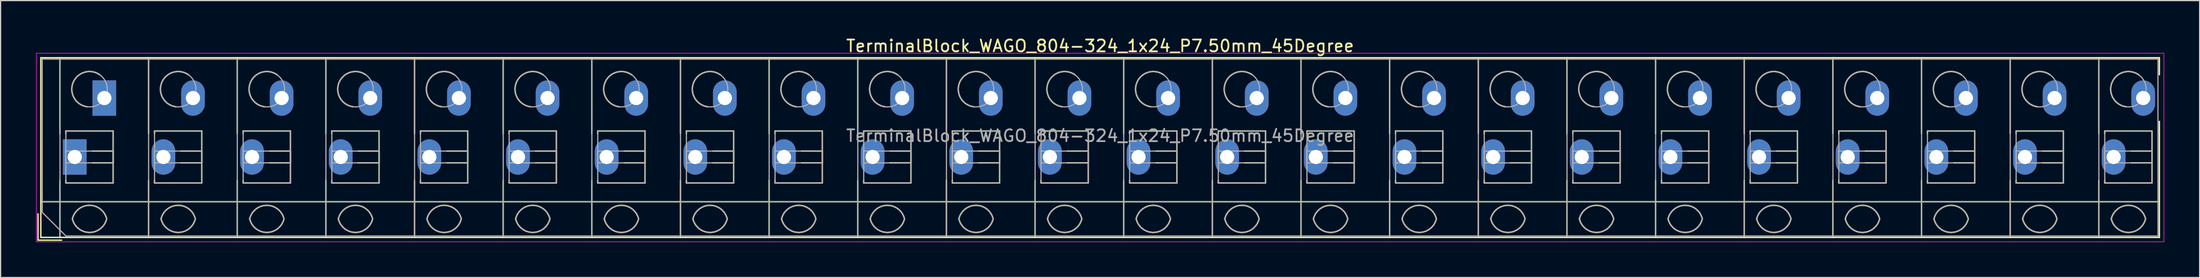
<source format=kicad_pcb>
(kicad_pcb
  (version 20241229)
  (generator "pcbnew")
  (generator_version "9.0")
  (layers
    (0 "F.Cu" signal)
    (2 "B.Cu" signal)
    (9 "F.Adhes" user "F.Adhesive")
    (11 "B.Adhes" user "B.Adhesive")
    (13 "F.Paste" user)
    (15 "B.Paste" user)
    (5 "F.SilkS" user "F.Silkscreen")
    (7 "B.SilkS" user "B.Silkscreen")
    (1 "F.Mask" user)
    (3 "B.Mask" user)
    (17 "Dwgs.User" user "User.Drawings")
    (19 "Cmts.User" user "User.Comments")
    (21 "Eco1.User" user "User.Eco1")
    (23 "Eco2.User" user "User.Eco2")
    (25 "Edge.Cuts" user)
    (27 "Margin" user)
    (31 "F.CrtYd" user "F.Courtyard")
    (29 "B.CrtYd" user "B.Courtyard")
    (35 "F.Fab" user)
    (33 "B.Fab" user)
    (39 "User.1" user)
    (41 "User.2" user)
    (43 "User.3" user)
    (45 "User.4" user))
  (footprint "TerminalBlock_WAGO_804-324_1x24_P7.50mm_45Degree"
    (layer "F.Cu")
    (at 3.275 10.268)
    (property "Reference" "TerminalBlock_WAGO_804-324_1x24_P7.50mm_45Degree" (at 86.75 -9.42 0) (layer "F.SilkS") (effects (font (size 1 1) (thickness 0.15))))
    (attr through_hole)
    (fp_line (start -3.11 4.82) (end -3.11 7.06) (stroke (width 0.12) (type solid)) (layer "F.SilkS"))
    (fp_line (start -3.11 7.06) (end -1.11 7.06) (stroke (width 0.12) (type solid)) (layer "F.SilkS"))
    (fp_line (start -2.87 -8.42) (end -2.87 6.82) (stroke (width 0.12) (type solid)) (layer "F.SilkS"))
    (fp_line (start -2.87 -8.42) (end 176.37 -8.42) (stroke (width 0.12) (type solid)) (layer "F.SilkS"))
    (fp_line (start -2.87 3.8) (end 176.37 3.8) (stroke (width 0.12) (type solid)) (layer "F.SilkS"))
    (fp_line (start -2.87 6.82) (end 176.37 6.82) (stroke (width 0.12) (type solid)) (layer "F.SilkS"))
    (fp_line (start -1.25 -8.42) (end -1.25 -1.98) (stroke (width 0.12) (type solid)) (layer "F.SilkS"))
    (fp_line (start -1.25 1.98) (end -1.25 6.82) (stroke (width 0.12) (type solid)) (layer "F.SilkS"))
    (fp_line (start -0.75 -2.2) (end -0.75 -1.98) (stroke (width 0.12) (type solid)) (layer "F.SilkS"))
    (fp_line (start -0.75 -2.2) (end 3.25 -2.2) (stroke (width 0.12) (type solid)) (layer "F.SilkS"))
    (fp_line (start -0.75 1.98) (end -0.75 2.2) (stroke (width 0.12) (type solid)) (layer "F.SilkS"))
    (fp_line (start -0.75 2.2) (end 3.25 2.2) (stroke (width 0.12) (type solid)) (layer "F.SilkS"))
    (fp_line (start 1.48 -0.5) (end 3.25 -0.5) (stroke (width 0.12) (type solid)) (layer "F.SilkS"))
    (fp_line (start 1.48 0.5) (end 3.25 0.5) (stroke (width 0.12) (type solid)) (layer "F.SilkS"))
    (fp_line (start 3.25 -2.2) (end 3.25 2.2) (stroke (width 0.12) (type solid)) (layer "F.SilkS"))
    (fp_line (start 3.25 -0.5) (end 3.25 0.5) (stroke (width 0.12) (type solid)) (layer "F.SilkS"))
    (fp_line (start 6.25 -8.42) (end 6.25 -1.98) (stroke (width 0.12) (type solid)) (layer "F.SilkS"))
    (fp_line (start 6.25 1.98) (end 6.25 6.82) (stroke (width 0.12) (type solid)) (layer "F.SilkS"))
    (fp_line (start 6.75 -2.2) (end 6.75 -1.98) (stroke (width 0.12) (type solid)) (layer "F.SilkS"))
    (fp_line (start 6.75 -2.2) (end 10.75 -2.2) (stroke (width 0.12) (type solid)) (layer "F.SilkS"))
    (fp_line (start 6.75 1.98) (end 6.75 2.2) (stroke (width 0.12) (type solid)) (layer "F.SilkS"))
    (fp_line (start 6.75 2.2) (end 10.75 2.2) (stroke (width 0.12) (type solid)) (layer "F.SilkS"))
    (fp_line (start 8.98 -0.5) (end 10.75 -0.5) (stroke (width 0.12) (type solid)) (layer "F.SilkS"))
    (fp_line (start 8.98 0.5) (end 10.75 0.5) (stroke (width 0.12) (type solid)) (layer "F.SilkS"))
    (fp_line (start 10.75 -2.2) (end 10.75 2.2) (stroke (width 0.12) (type solid)) (layer "F.SilkS"))
    (fp_line (start 10.75 -0.5) (end 10.75 0.5) (stroke (width 0.12) (type solid)) (layer "F.SilkS"))
    (fp_line (start 13.75 -8.42) (end 13.75 -1.98) (stroke (width 0.12) (type solid)) (layer "F.SilkS"))
    (fp_line (start 13.75 1.98) (end 13.75 6.82) (stroke (width 0.12) (type solid)) (layer "F.SilkS"))
    (fp_line (start 14.25 -2.2) (end 14.25 -1.98) (stroke (width 0.12) (type solid)) (layer "F.SilkS"))
    (fp_line (start 14.25 -2.2) (end 18.25 -2.2) (stroke (width 0.12) (type solid)) (layer "F.SilkS"))
    (fp_line (start 14.25 1.98) (end 14.25 2.2) (stroke (width 0.12) (type solid)) (layer "F.SilkS"))
    (fp_line (start 14.25 2.2) (end 18.25 2.2) (stroke (width 0.12) (type solid)) (layer "F.SilkS"))
    (fp_line (start 16.48 -0.5) (end 18.25 -0.5) (stroke (width 0.12) (type solid)) (layer "F.SilkS"))
    (fp_line (start 16.48 0.5) (end 18.25 0.5) (stroke (width 0.12) (type solid)) (layer "F.SilkS"))
    (fp_line (start 18.25 -2.2) (end 18.25 2.2) (stroke (width 0.12) (type solid)) (layer "F.SilkS"))
    (fp_line (start 18.25 -0.5) (end 18.25 0.5) (stroke (width 0.12) (type solid)) (layer "F.SilkS"))
    (fp_line (start 21.25 -8.42) (end 21.25 -1.98) (stroke (width 0.12) (type solid)) (layer "F.SilkS"))
    (fp_line (start 21.25 1.98) (end 21.25 6.82) (stroke (width 0.12) (type solid)) (layer "F.SilkS"))
    (fp_line (start 21.75 -2.2) (end 21.75 -1.98) (stroke (width 0.12) (type solid)) (layer "F.SilkS"))
    (fp_line (start 21.75 -2.2) (end 25.75 -2.2) (stroke (width 0.12) (type solid)) (layer "F.SilkS"))
    (fp_line (start 21.75 1.98) (end 21.75 2.2) (stroke (width 0.12) (type solid)) (layer "F.SilkS"))
    (fp_line (start 21.75 2.2) (end 25.75 2.2) (stroke (width 0.12) (type solid)) (layer "F.SilkS"))
    (fp_line (start 23.98 -0.5) (end 25.75 -0.5) (stroke (width 0.12) (type solid)) (layer "F.SilkS"))
    (fp_line (start 23.98 0.5) (end 25.75 0.5) (stroke (width 0.12) (type solid)) (layer "F.SilkS"))
    (fp_line (start 25.75 -2.2) (end 25.75 2.2) (stroke (width 0.12) (type solid)) (layer "F.SilkS"))
    (fp_line (start 25.75 -0.5) (end 25.75 0.5) (stroke (width 0.12) (type solid)) (layer "F.SilkS"))
    (fp_line (start 28.75 -8.42) (end 28.75 -1.98) (stroke (width 0.12) (type solid)) (layer "F.SilkS"))
    (fp_line (start 28.75 1.98) (end 28.75 6.82) (stroke (width 0.12) (type solid)) (layer "F.SilkS"))
    (fp_line (start 29.25 -2.2) (end 29.25 -1.98) (stroke (width 0.12) (type solid)) (layer "F.SilkS"))
    (fp_line (start 29.25 -2.2) (end 33.25 -2.2) (stroke (width 0.12) (type solid)) (layer "F.SilkS"))
    (fp_line (start 29.25 1.98) (end 29.25 2.2) (stroke (width 0.12) (type solid)) (layer "F.SilkS"))
    (fp_line (start 29.25 2.2) (end 33.25 2.2) (stroke (width 0.12) (type solid)) (layer "F.SilkS"))
    (fp_line (start 31.48 -0.5) (end 33.25 -0.5) (stroke (width 0.12) (type solid)) (layer "F.SilkS"))
    (fp_line (start 31.48 0.5) (end 33.25 0.5) (stroke (width 0.12) (type solid)) (layer "F.SilkS"))
    (fp_line (start 33.25 -2.2) (end 33.25 2.2) (stroke (width 0.12) (type solid)) (layer "F.SilkS"))
    (fp_line (start 33.25 -0.5) (end 33.25 0.5) (stroke (width 0.12) (type solid)) (layer "F.SilkS"))
    (fp_line (start 36.25 -8.42) (end 36.25 -1.98) (stroke (width 0.12) (type solid)) (layer "F.SilkS"))
    (fp_line (start 36.25 1.98) (end 36.25 6.82) (stroke (width 0.12) (type solid)) (layer "F.SilkS"))
    (fp_line (start 36.75 -2.2) (end 36.75 -1.98) (stroke (width 0.12) (type solid)) (layer "F.SilkS"))
    (fp_line (start 36.75 -2.2) (end 40.75 -2.2) (stroke (width 0.12) (type solid)) (layer "F.SilkS"))
    (fp_line (start 36.75 1.98) (end 36.75 2.2) (stroke (width 0.12) (type solid)) (layer "F.SilkS"))
    (fp_line (start 36.75 2.2) (end 40.75 2.2) (stroke (width 0.12) (type solid)) (layer "F.SilkS"))
    (fp_line (start 38.98 -0.5) (end 40.75 -0.5) (stroke (width 0.12) (type solid)) (layer "F.SilkS"))
    (fp_line (start 38.98 0.5) (end 40.75 0.5) (stroke (width 0.12) (type solid)) (layer "F.SilkS"))
    (fp_line (start 40.75 -2.2) (end 40.75 2.2) (stroke (width 0.12) (type solid)) (layer "F.SilkS"))
    (fp_line (start 40.75 -0.5) (end 40.75 0.5) (stroke (width 0.12) (type solid)) (layer "F.SilkS"))
    (fp_line (start 43.75 -8.42) (end 43.75 -1.98) (stroke (width 0.12) (type solid)) (layer "F.SilkS"))
    (fp_line (start 43.75 1.98) (end 43.75 6.82) (stroke (width 0.12) (type solid)) (layer "F.SilkS"))
    (fp_line (start 44.25 -2.2) (end 44.25 -1.98) (stroke (width 0.12) (type solid)) (layer "F.SilkS"))
    (fp_line (start 44.25 -2.2) (end 48.25 -2.2) (stroke (width 0.12) (type solid)) (layer "F.SilkS"))
    (fp_line (start 44.25 1.98) (end 44.25 2.2) (stroke (width 0.12) (type solid)) (layer "F.SilkS"))
    (fp_line (start 44.25 2.2) (end 48.25 2.2) (stroke (width 0.12) (type solid)) (layer "F.SilkS"))
    (fp_line (start 46.48 -0.5) (end 48.25 -0.5) (stroke (width 0.12) (type solid)) (layer "F.SilkS"))
    (fp_line (start 46.48 0.5) (end 48.25 0.5) (stroke (width 0.12) (type solid)) (layer "F.SilkS"))
    (fp_line (start 48.25 -2.2) (end 48.25 2.2) (stroke (width 0.12) (type solid)) (layer "F.SilkS"))
    (fp_line (start 48.25 -0.5) (end 48.25 0.5) (stroke (width 0.12) (type solid)) (layer "F.SilkS"))
    (fp_line (start 51.25 -8.42) (end 51.25 -1.98) (stroke (width 0.12) (type solid)) (layer "F.SilkS"))
    (fp_line (start 51.25 1.98) (end 51.25 6.82) (stroke (width 0.12) (type solid)) (layer "F.SilkS"))
    (fp_line (start 51.75 -2.2) (end 51.75 -1.98) (stroke (width 0.12) (type solid)) (layer "F.SilkS"))
    (fp_line (start 51.75 -2.2) (end 55.75 -2.2) (stroke (width 0.12) (type solid)) (layer "F.SilkS"))
    (fp_line (start 51.75 1.98) (end 51.75 2.2) (stroke (width 0.12) (type solid)) (layer "F.SilkS"))
    (fp_line (start 51.75 2.2) (end 55.75 2.2) (stroke (width 0.12) (type solid)) (layer "F.SilkS"))
    (fp_line (start 53.98 -0.5) (end 55.75 -0.5) (stroke (width 0.12) (type solid)) (layer "F.SilkS"))
    (fp_line (start 53.98 0.5) (end 55.75 0.5) (stroke (width 0.12) (type solid)) (layer "F.SilkS"))
    (fp_line (start 55.75 -2.2) (end 55.75 2.2) (stroke (width 0.12) (type solid)) (layer "F.SilkS"))
    (fp_line (start 55.75 -0.5) (end 55.75 0.5) (stroke (width 0.12) (type solid)) (layer "F.SilkS"))
    (fp_line (start 58.75 -8.42) (end 58.75 -1.98) (stroke (width 0.12) (type solid)) (layer "F.SilkS"))
    (fp_line (start 58.75 1.98) (end 58.75 6.82) (stroke (width 0.12) (type solid)) (layer "F.SilkS"))
    (fp_line (start 59.25 -2.2) (end 59.25 -1.98) (stroke (width 0.12) (type solid)) (layer "F.SilkS"))
    (fp_line (start 59.25 -2.2) (end 63.25 -2.2) (stroke (width 0.12) (type solid)) (layer "F.SilkS"))
    (fp_line (start 59.25 1.98) (end 59.25 2.2) (stroke (width 0.12) (type solid)) (layer "F.SilkS"))
    (fp_line (start 59.25 2.2) (end 63.25 2.2) (stroke (width 0.12) (type solid)) (layer "F.SilkS"))
    (fp_line (start 61.48 -0.5) (end 63.25 -0.5) (stroke (width 0.12) (type solid)) (layer "F.SilkS"))
    (fp_line (start 61.48 0.5) (end 63.25 0.5) (stroke (width 0.12) (type solid)) (layer "F.SilkS"))
    (fp_line (start 63.25 -2.2) (end 63.25 2.2) (stroke (width 0.12) (type solid)) (layer "F.SilkS"))
    (fp_line (start 63.25 -0.5) (end 63.25 0.5) (stroke (width 0.12) (type solid)) (layer "F.SilkS"))
    (fp_line (start 66.25 -8.42) (end 66.25 -1.98) (stroke (width 0.12) (type solid)) (layer "F.SilkS"))
    (fp_line (start 66.25 1.98) (end 66.25 6.82) (stroke (width 0.12) (type solid)) (layer "F.SilkS"))
    (fp_line (start 66.75 -2.2) (end 66.75 -1.98) (stroke (width 0.12) (type solid)) (layer "F.SilkS"))
    (fp_line (start 66.75 -2.2) (end 70.75 -2.2) (stroke (width 0.12) (type solid)) (layer "F.SilkS"))
    (fp_line (start 66.75 1.98) (end 66.75 2.2) (stroke (width 0.12) (type solid)) (layer "F.SilkS"))
    (fp_line (start 66.75 2.2) (end 70.75 2.2) (stroke (width 0.12) (type solid)) (layer "F.SilkS"))
    (fp_line (start 68.98 -0.5) (end 70.75 -0.5) (stroke (width 0.12) (type solid)) (layer "F.SilkS"))
    (fp_line (start 68.98 0.5) (end 70.75 0.5) (stroke (width 0.12) (type solid)) (layer "F.SilkS"))
    (fp_line (start 70.75 -2.2) (end 70.75 2.2) (stroke (width 0.12) (type solid)) (layer "F.SilkS"))
    (fp_line (start 70.75 -0.5) (end 70.75 0.5) (stroke (width 0.12) (type solid)) (layer "F.SilkS"))
    (fp_line (start 73.75 -8.42) (end 73.75 -1.98) (stroke (width 0.12) (type solid)) (layer "F.SilkS"))
    (fp_line (start 73.75 1.98) (end 73.75 6.82) (stroke (width 0.12) (type solid)) (layer "F.SilkS"))
    (fp_line (start 74.25 -2.2) (end 74.25 -1.98) (stroke (width 0.12) (type solid)) (layer "F.SilkS"))
    (fp_line (start 74.25 -2.2) (end 78.25 -2.2) (stroke (width 0.12) (type solid)) (layer "F.SilkS"))
    (fp_line (start 74.25 1.98) (end 74.25 2.2) (stroke (width 0.12) (type solid)) (layer "F.SilkS"))
    (fp_line (start 74.25 2.2) (end 78.25 2.2) (stroke (width 0.12) (type solid)) (layer "F.SilkS"))
    (fp_line (start 76.48 -0.5) (end 78.25 -0.5) (stroke (width 0.12) (type solid)) (layer "F.SilkS"))
    (fp_line (start 76.48 0.5) (end 78.25 0.5) (stroke (width 0.12) (type solid)) (layer "F.SilkS"))
    (fp_line (start 78.25 -2.2) (end 78.25 2.2) (stroke (width 0.12) (type solid)) (layer "F.SilkS"))
    (fp_line (start 78.25 -0.5) (end 78.25 0.5) (stroke (width 0.12) (type solid)) (layer "F.SilkS"))
    (fp_line (start 81.25 -8.42) (end 81.25 -1.98) (stroke (width 0.12) (type solid)) (layer "F.SilkS"))
    (fp_line (start 81.25 1.98) (end 81.25 6.82) (stroke (width 0.12) (type solid)) (layer "F.SilkS"))
    (fp_line (start 81.75 -2.2) (end 81.75 -1.98) (stroke (width 0.12) (type solid)) (layer "F.SilkS"))
    (fp_line (start 81.75 -2.2) (end 85.75 -2.2) (stroke (width 0.12) (type solid)) (layer "F.SilkS"))
    (fp_line (start 81.75 1.98) (end 81.75 2.2) (stroke (width 0.12) (type solid)) (layer "F.SilkS"))
    (fp_line (start 81.75 2.2) (end 85.75 2.2) (stroke (width 0.12) (type solid)) (layer "F.SilkS"))
    (fp_line (start 83.98 -0.5) (end 85.75 -0.5) (stroke (width 0.12) (type solid)) (layer "F.SilkS"))
    (fp_line (start 83.98 0.5) (end 85.75 0.5) (stroke (width 0.12) (type solid)) (layer "F.SilkS"))
    (fp_line (start 85.75 -2.2) (end 85.75 2.2) (stroke (width 0.12) (type solid)) (layer "F.SilkS"))
    (fp_line (start 85.75 -0.5) (end 85.75 0.5) (stroke (width 0.12) (type solid)) (layer "F.SilkS"))
    (fp_line (start 88.75 -8.42) (end 88.75 -1.98) (stroke (width 0.12) (type solid)) (layer "F.SilkS"))
    (fp_line (start 88.75 1.98) (end 88.75 6.82) (stroke (width 0.12) (type solid)) (layer "F.SilkS"))
    (fp_line (start 89.25 -2.2) (end 89.25 -1.98) (stroke (width 0.12) (type solid)) (layer "F.SilkS"))
    (fp_line (start 89.25 -2.2) (end 93.25 -2.2) (stroke (width 0.12) (type solid)) (layer "F.SilkS"))
    (fp_line (start 89.25 1.98) (end 89.25 2.2) (stroke (width 0.12) (type solid)) (layer "F.SilkS"))
    (fp_line (start 89.25 2.2) (end 93.25 2.2) (stroke (width 0.12) (type solid)) (layer "F.SilkS"))
    (fp_line (start 91.48 -0.5) (end 93.25 -0.5) (stroke (width 0.12) (type solid)) (layer "F.SilkS"))
    (fp_line (start 91.48 0.5) (end 93.25 0.5) (stroke (width 0.12) (type solid)) (layer "F.SilkS"))
    (fp_line (start 93.25 -2.2) (end 93.25 2.2) (stroke (width 0.12) (type solid)) (layer "F.SilkS"))
    (fp_line (start 93.25 -0.5) (end 93.25 0.5) (stroke (width 0.12) (type solid)) (layer "F.SilkS"))
    (fp_line (start 96.25 -8.42) (end 96.25 -1.98) (stroke (width 0.12) (type solid)) (layer "F.SilkS"))
    (fp_line (start 96.25 1.98) (end 96.25 6.82) (stroke (width 0.12) (type solid)) (layer "F.SilkS"))
    (fp_line (start 96.75 -2.2) (end 96.75 -1.98) (stroke (width 0.12) (type solid)) (layer "F.SilkS"))
    (fp_line (start 96.75 -2.2) (end 100.75 -2.2) (stroke (width 0.12) (type solid)) (layer "F.SilkS"))
    (fp_line (start 96.75 1.98) (end 96.75 2.2) (stroke (width 0.12) (type solid)) (layer "F.SilkS"))
    (fp_line (start 96.75 2.2) (end 100.75 2.2) (stroke (width 0.12) (type solid)) (layer "F.SilkS"))
    (fp_line (start 98.98 -0.5) (end 100.75 -0.5) (stroke (width 0.12) (type solid)) (layer "F.SilkS"))
    (fp_line (start 98.98 0.5) (end 100.75 0.5) (stroke (width 0.12) (type solid)) (layer "F.SilkS"))
    (fp_line (start 100.75 -2.2) (end 100.75 2.2) (stroke (width 0.12) (type solid)) (layer "F.SilkS"))
    (fp_line (start 100.75 -0.5) (end 100.75 0.5) (stroke (width 0.12) (type solid)) (layer "F.SilkS"))
    (fp_line (start 103.75 -8.42) (end 103.75 -1.98) (stroke (width 0.12) (type solid)) (layer "F.SilkS"))
    (fp_line (start 103.75 1.98) (end 103.75 6.82) (stroke (width 0.12) (type solid)) (layer "F.SilkS"))
    (fp_line (start 104.25 -2.2) (end 104.25 -1.98) (stroke (width 0.12) (type solid)) (layer "F.SilkS"))
    (fp_line (start 104.25 -2.2) (end 108.25 -2.2) (stroke (width 0.12) (type solid)) (layer "F.SilkS"))
    (fp_line (start 104.25 1.98) (end 104.25 2.2) (stroke (width 0.12) (type solid)) (layer "F.SilkS"))
    (fp_line (start 104.25 2.2) (end 108.25 2.2) (stroke (width 0.12) (type solid)) (layer "F.SilkS"))
    (fp_line (start 106.48 -0.5) (end 108.25 -0.5) (stroke (width 0.12) (type solid)) (layer "F.SilkS"))
    (fp_line (start 106.48 0.5) (end 108.25 0.5) (stroke (width 0.12) (type solid)) (layer "F.SilkS"))
    (fp_line (start 108.25 -2.2) (end 108.25 2.2) (stroke (width 0.12) (type solid)) (layer "F.SilkS"))
    (fp_line (start 108.25 -0.5) (end 108.25 0.5) (stroke (width 0.12) (type solid)) (layer "F.SilkS"))
    (fp_line (start 111.25 -8.42) (end 111.25 -1.98) (stroke (width 0.12) (type solid)) (layer "F.SilkS"))
    (fp_line (start 111.25 1.98) (end 111.25 6.82) (stroke (width 0.12) (type solid)) (layer "F.SilkS"))
    (fp_line (start 111.75 -2.2) (end 111.75 -1.98) (stroke (width 0.12) (type solid)) (layer "F.SilkS"))
    (fp_line (start 111.75 -2.2) (end 115.75 -2.2) (stroke (width 0.12) (type solid)) (layer "F.SilkS"))
    (fp_line (start 111.75 1.98) (end 111.75 2.2) (stroke (width 0.12) (type solid)) (layer "F.SilkS"))
    (fp_line (start 111.75 2.2) (end 115.75 2.2) (stroke (width 0.12) (type solid)) (layer "F.SilkS"))
    (fp_line (start 113.98 -0.5) (end 115.75 -0.5) (stroke (width 0.12) (type solid)) (layer "F.SilkS"))
    (fp_line (start 113.98 0.5) (end 115.75 0.5) (stroke (width 0.12) (type solid)) (layer "F.SilkS"))
    (fp_line (start 115.75 -2.2) (end 115.75 2.2) (stroke (width 0.12) (type solid)) (layer "F.SilkS"))
    (fp_line (start 115.75 -0.5) (end 115.75 0.5) (stroke (width 0.12) (type solid)) (layer "F.SilkS"))
    (fp_line (start 118.75 -8.42) (end 118.75 -1.98) (stroke (width 0.12) (type solid)) (layer "F.SilkS"))
    (fp_line (start 118.75 1.98) (end 118.75 6.82) (stroke (width 0.12) (type solid)) (layer "F.SilkS"))
    (fp_line (start 119.25 -2.2) (end 119.25 -1.98) (stroke (width 0.12) (type solid)) (layer "F.SilkS"))
    (fp_line (start 119.25 -2.2) (end 123.25 -2.2) (stroke (width 0.12) (type solid)) (layer "F.SilkS"))
    (fp_line (start 119.25 1.98) (end 119.25 2.2) (stroke (width 0.12) (type solid)) (layer "F.SilkS"))
    (fp_line (start 119.25 2.2) (end 123.25 2.2) (stroke (width 0.12) (type solid)) (layer "F.SilkS"))
    (fp_line (start 121.48 -0.5) (end 123.25 -0.5) (stroke (width 0.12) (type solid)) (layer "F.SilkS"))
    (fp_line (start 121.48 0.5) (end 123.25 0.5) (stroke (width 0.12) (type solid)) (layer "F.SilkS"))
    (fp_line (start 123.25 -2.2) (end 123.25 2.2) (stroke (width 0.12) (type solid)) (layer "F.SilkS"))
    (fp_line (start 123.25 -0.5) (end 123.25 0.5) (stroke (width 0.12) (type solid)) (layer "F.SilkS"))
    (fp_line (start 126.25 -8.42) (end 126.25 -1.98) (stroke (width 0.12) (type solid)) (layer "F.SilkS"))
    (fp_line (start 126.25 1.98) (end 126.25 6.82) (stroke (width 0.12) (type solid)) (layer "F.SilkS"))
    (fp_line (start 126.75 -2.2) (end 126.75 -1.98) (stroke (width 0.12) (type solid)) (layer "F.SilkS"))
    (fp_line (start 126.75 -2.2) (end 130.75 -2.2) (stroke (width 0.12) (type solid)) (layer "F.SilkS"))
    (fp_line (start 126.75 1.98) (end 126.75 2.2) (stroke (width 0.12) (type solid)) (layer "F.SilkS"))
    (fp_line (start 126.75 2.2) (end 130.75 2.2) (stroke (width 0.12) (type solid)) (layer "F.SilkS"))
    (fp_line (start 128.98 -0.5) (end 130.75 -0.5) (stroke (width 0.12) (type solid)) (layer "F.SilkS"))
    (fp_line (start 128.98 0.5) (end 130.75 0.5) (stroke (width 0.12) (type solid)) (layer "F.SilkS"))
    (fp_line (start 130.75 -2.2) (end 130.75 2.2) (stroke (width 0.12) (type solid)) (layer "F.SilkS"))
    (fp_line (start 130.75 -0.5) (end 130.75 0.5) (stroke (width 0.12) (type solid)) (layer "F.SilkS"))
    (fp_line (start 133.75 -8.42) (end 133.75 -1.98) (stroke (width 0.12) (type solid)) (layer "F.SilkS"))
    (fp_line (start 133.75 1.98) (end 133.75 6.82) (stroke (width 0.12) (type solid)) (layer "F.SilkS"))
    (fp_line (start 134.25 -2.2) (end 134.25 -1.98) (stroke (width 0.12) (type solid)) (layer "F.SilkS"))
    (fp_line (start 134.25 -2.2) (end 138.25 -2.2) (stroke (width 0.12) (type solid)) (layer "F.SilkS"))
    (fp_line (start 134.25 1.98) (end 134.25 2.2) (stroke (width 0.12) (type solid)) (layer "F.SilkS"))
    (fp_line (start 134.25 2.2) (end 138.25 2.2) (stroke (width 0.12) (type solid)) (layer "F.SilkS"))
    (fp_line (start 136.48 -0.5) (end 138.25 -0.5) (stroke (width 0.12) (type solid)) (layer "F.SilkS"))
    (fp_line (start 136.48 0.5) (end 138.25 0.5) (stroke (width 0.12) (type solid)) (layer "F.SilkS"))
    (fp_line (start 138.25 -2.2) (end 138.25 2.2) (stroke (width 0.12) (type solid)) (layer "F.SilkS"))
    (fp_line (start 138.25 -0.5) (end 138.25 0.5) (stroke (width 0.12) (type solid)) (layer "F.SilkS"))
    (fp_line (start 141.25 -8.42) (end 141.25 -1.98) (stroke (width 0.12) (type solid)) (layer "F.SilkS"))
    (fp_line (start 141.25 1.98) (end 141.25 6.82) (stroke (width 0.12) (type solid)) (layer "F.SilkS"))
    (fp_line (start 141.75 -2.2) (end 141.75 -1.98) (stroke (width 0.12) (type solid)) (layer "F.SilkS"))
    (fp_line (start 141.75 -2.2) (end 145.75 -2.2) (stroke (width 0.12) (type solid)) (layer "F.SilkS"))
    (fp_line (start 141.75 1.98) (end 141.75 2.2) (stroke (width 0.12) (type solid)) (layer "F.SilkS"))
    (fp_line (start 141.75 2.2) (end 145.75 2.2) (stroke (width 0.12) (type solid)) (layer "F.SilkS"))
    (fp_line (start 143.98 -0.5) (end 145.75 -0.5) (stroke (width 0.12) (type solid)) (layer "F.SilkS"))
    (fp_line (start 143.98 0.5) (end 145.75 0.5) (stroke (width 0.12) (type solid)) (layer "F.SilkS"))
    (fp_line (start 145.75 -2.2) (end 145.75 2.2) (stroke (width 0.12) (type solid)) (layer "F.SilkS"))
    (fp_line (start 145.75 -0.5) (end 145.75 0.5) (stroke (width 0.12) (type solid)) (layer "F.SilkS"))
    (fp_line (start 148.75 -8.42) (end 148.75 -1.98) (stroke (width 0.12) (type solid)) (layer "F.SilkS"))
    (fp_line (start 148.75 1.98) (end 148.75 6.82) (stroke (width 0.12) (type solid)) (layer "F.SilkS"))
    (fp_line (start 149.25 -2.2) (end 149.25 -1.98) (stroke (width 0.12) (type solid)) (layer "F.SilkS"))
    (fp_line (start 149.25 -2.2) (end 153.25 -2.2) (stroke (width 0.12) (type solid)) (layer "F.SilkS"))
    (fp_line (start 149.25 1.98) (end 149.25 2.2) (stroke (width 0.12) (type solid)) (layer "F.SilkS"))
    (fp_line (start 149.25 2.2) (end 153.25 2.2) (stroke (width 0.12) (type solid)) (layer "F.SilkS"))
    (fp_line (start 151.48 -0.5) (end 153.25 -0.5) (stroke (width 0.12) (type solid)) (layer "F.SilkS"))
    (fp_line (start 151.48 0.5) (end 153.25 0.5) (stroke (width 0.12) (type solid)) (layer "F.SilkS"))
    (fp_line (start 153.25 -2.2) (end 153.25 2.2) (stroke (width 0.12) (type solid)) (layer "F.SilkS"))
    (fp_line (start 153.25 -0.5) (end 153.25 0.5) (stroke (width 0.12) (type solid)) (layer "F.SilkS"))
    (fp_line (start 156.25 -8.42) (end 156.25 -1.98) (stroke (width 0.12) (type solid)) (layer "F.SilkS"))
    (fp_line (start 156.25 1.98) (end 156.25 6.82) (stroke (width 0.12) (type solid)) (layer "F.SilkS"))
    (fp_line (start 156.75 -2.2) (end 156.75 -1.98) (stroke (width 0.12) (type solid)) (layer "F.SilkS"))
    (fp_line (start 156.75 -2.2) (end 160.75 -2.2) (stroke (width 0.12) (type solid)) (layer "F.SilkS"))
    (fp_line (start 156.75 1.98) (end 156.75 2.2) (stroke (width 0.12) (type solid)) (layer "F.SilkS"))
    (fp_line (start 156.75 2.2) (end 160.75 2.2) (stroke (width 0.12) (type solid)) (layer "F.SilkS"))
    (fp_line (start 158.98 -0.5) (end 160.75 -0.5) (stroke (width 0.12) (type solid)) (layer "F.SilkS"))
    (fp_line (start 158.98 0.5) (end 160.75 0.5) (stroke (width 0.12) (type solid)) (layer "F.SilkS"))
    (fp_line (start 160.75 -2.2) (end 160.75 2.2) (stroke (width 0.12) (type solid)) (layer "F.SilkS"))
    (fp_line (start 160.75 -0.5) (end 160.75 0.5) (stroke (width 0.12) (type solid)) (layer "F.SilkS"))
    (fp_line (start 163.75 -8.42) (end 163.75 -1.98) (stroke (width 0.12) (type solid)) (layer "F.SilkS"))
    (fp_line (start 163.75 1.98) (end 163.75 6.82) (stroke (width 0.12) (type solid)) (layer "F.SilkS"))
    (fp_line (start 164.25 -2.2) (end 164.25 -1.98) (stroke (width 0.12) (type solid)) (layer "F.SilkS"))
    (fp_line (start 164.25 -2.2) (end 168.25 -2.2) (stroke (width 0.12) (type solid)) (layer "F.SilkS"))
    (fp_line (start 164.25 1.98) (end 164.25 2.2) (stroke (width 0.12) (type solid)) (layer "F.SilkS"))
    (fp_line (start 164.25 2.2) (end 168.25 2.2) (stroke (width 0.12) (type solid)) (layer "F.SilkS"))
    (fp_line (start 166.48 -0.5) (end 168.25 -0.5) (stroke (width 0.12) (type solid)) (layer "F.SilkS"))
    (fp_line (start 166.48 0.5) (end 168.25 0.5) (stroke (width 0.12) (type solid)) (layer "F.SilkS"))
    (fp_line (start 168.25 -2.2) (end 168.25 2.2) (stroke (width 0.12) (type solid)) (layer "F.SilkS"))
    (fp_line (start 168.25 -0.5) (end 168.25 0.5) (stroke (width 0.12) (type solid)) (layer "F.SilkS"))
    (fp_line (start 171.25 -8.42) (end 171.25 -1.98) (stroke (width 0.12) (type solid)) (layer "F.SilkS"))
    (fp_line (start 171.25 1.98) (end 171.25 6.82) (stroke (width 0.12) (type solid)) (layer "F.SilkS"))
    (fp_line (start 171.75 -2.2) (end 171.75 -1.98) (stroke (width 0.12) (type solid)) (layer "F.SilkS"))
    (fp_line (start 171.75 -2.2) (end 175.75 -2.2) (stroke (width 0.12) (type solid)) (layer "F.SilkS"))
    (fp_line (start 171.75 1.98) (end 171.75 2.2) (stroke (width 0.12) (type solid)) (layer "F.SilkS"))
    (fp_line (start 171.75 2.2) (end 175.75 2.2) (stroke (width 0.12) (type solid)) (layer "F.SilkS"))
    (fp_line (start 173.98 -0.5) (end 175.75 -0.5) (stroke (width 0.12) (type solid)) (layer "F.SilkS"))
    (fp_line (start 173.98 0.5) (end 175.75 0.5) (stroke (width 0.12) (type solid)) (layer "F.SilkS"))
    (fp_line (start 175.75 -2.2) (end 175.75 2.2) (stroke (width 0.12) (type solid)) (layer "F.SilkS"))
    (fp_line (start 175.75 -0.5) (end 175.75 0.5) (stroke (width 0.12) (type solid)) (layer "F.SilkS"))
    (fp_line (start 176.37 -8.42) (end 176.37 -6.98) (stroke (width 0.12) (type solid)) (layer "F.SilkS"))
    (fp_line (start 176.37 -3.02) (end 176.37 6.82) (stroke (width 0.12) (type solid)) (layer "F.SilkS"))
    (fp_arc (start -0.200865 5.250424) (mid 1.250296 4.099926) (end 2.701 5.251) (stroke (width 0.12) (type solid)) (layer "F.SilkS"))
    (fp_arc (start 1.040798 -4.264067) (mid -0.146039 -6.300306) (end 2.111 -6.979) (stroke (width 0.12) (type solid)) (layer "F.SilkS"))
    (fp_arc (start 2.7 5.25) (mid 1.250068 6.400101) (end -0.199969 5.250133) (stroke (width 0.12) (type solid)) (layer "F.SilkS"))
    (fp_arc (start 7.299135 5.250424) (mid 8.750296 4.099926) (end 10.201 5.251) (stroke (width 0.12) (type solid)) (layer "F.SilkS"))
    (fp_arc (start 8.540798 -4.264067) (mid 7.353961 -6.300306) (end 9.611 -6.979) (stroke (width 0.12) (type solid)) (layer "F.SilkS"))
    (fp_arc (start 10.2 5.25) (mid 8.750068 6.400101) (end 7.300031 5.250133) (stroke (width 0.12) (type solid)) (layer "F.SilkS"))
    (fp_arc (start 14.799135 5.250424) (mid 16.250296 4.099926) (end 17.701 5.251) (stroke (width 0.12) (type solid)) (layer "F.SilkS"))
    (fp_arc (start 16.040798 -4.264067) (mid 14.853961 -6.300306) (end 17.111 -6.979) (stroke (width 0.12) (type solid)) (layer "F.SilkS"))
    (fp_arc (start 17.7 5.25) (mid 16.250068 6.400101) (end 14.800031 5.250133) (stroke (width 0.12) (type solid)) (layer "F.SilkS"))
    (fp_arc (start 22.299135 5.250424) (mid 23.750296 4.099926) (end 25.201 5.251) (stroke (width 0.12) (type solid)) (layer "F.SilkS"))
    (fp_arc (start 23.540798 -4.264067) (mid 22.353961 -6.300306) (end 24.611 -6.979) (stroke (width 0.12) (type solid)) (layer "F.SilkS"))
    (fp_arc (start 25.2 5.25) (mid 23.750068 6.400101) (end 22.300031 5.250133) (stroke (width 0.12) (type solid)) (layer "F.SilkS"))
    (fp_arc (start 29.799135 5.250424) (mid 31.250296 4.099926) (end 32.701 5.251) (stroke (width 0.12) (type solid)) (layer "F.SilkS"))
    (fp_arc (start 31.040798 -4.264067) (mid 29.853961 -6.300306) (end 32.111 -6.979) (stroke (width 0.12) (type solid)) (layer "F.SilkS"))
    (fp_arc (start 32.701 5.25) (mid 31.250296 6.401074) (end 29.799135 5.250576) (stroke (width 0.12) (type solid)) (layer "F.SilkS"))
    (fp_arc (start 37.299135 5.250424) (mid 38.750296 4.099926) (end 40.201 5.251) (stroke (width 0.12) (type solid)) (layer "F.SilkS"))
    (fp_arc (start 38.540798 -4.264067) (mid 37.353961 -6.300306) (end 39.611 -6.979) (stroke (width 0.12) (type solid)) (layer "F.SilkS"))
    (fp_arc (start 40.2 5.25) (mid 38.750068 6.400101) (end 37.300031 5.250133) (stroke (width 0.12) (type solid)) (layer "F.SilkS"))
    (fp_arc (start 44.799135 5.250424) (mid 46.250296 4.099926) (end 47.701 5.251) (stroke (width 0.12) (type solid)) (layer "F.SilkS"))
    (fp_arc (start 46.040798 -4.264067) (mid 44.853961 -6.300306) (end 47.111 -6.979) (stroke (width 0.12) (type solid)) (layer "F.SilkS"))
    (fp_arc (start 47.7 5.25) (mid 46.250068 6.400101) (end 44.800031 5.250133) (stroke (width 0.12) (type solid)) (layer "F.SilkS"))
    (fp_arc (start 52.299135 5.250424) (mid 53.750296 4.099926) (end 55.201 5.251) (stroke (width 0.12) (type solid)) (layer "F.SilkS"))
    (fp_arc (start 53.540798 -4.264067) (mid 52.353961 -6.300306) (end 54.611 -6.979) (stroke (width 0.12) (type solid)) (layer "F.SilkS"))
    (fp_arc (start 55.2 5.25) (mid 53.750068 6.400101) (end 52.300031 5.250133) (stroke (width 0.12) (type solid)) (layer "F.SilkS"))
    (fp_arc (start 59.799135 5.250424) (mid 61.250296 4.099926) (end 62.701 5.251) (stroke (width 0.12) (type solid)) (layer "F.SilkS"))
    (fp_arc (start 61.040798 -4.264067) (mid 59.853961 -6.300306) (end 62.111 -6.979) (stroke (width 0.12) (type solid)) (layer "F.SilkS"))
    (fp_arc (start 62.7 5.25) (mid 61.250068 6.400101) (end 59.800031 5.250133) (stroke (width 0.12) (type solid)) (layer "F.SilkS"))
    (fp_arc (start 67.299135 5.250424) (mid 68.750296 4.099926) (end 70.201 5.251) (stroke (width 0.12) (type solid)) (layer "F.SilkS"))
    (fp_arc (start 68.540798 -4.264067) (mid 67.353961 -6.300306) (end 69.611 -6.979) (stroke (width 0.12) (type solid)) (layer "F.SilkS"))
    (fp_arc (start 70.2 5.25) (mid 68.750068 6.400101) (end 67.300031 5.250133) (stroke (width 0.12) (type solid)) (layer "F.SilkS"))
    (fp_arc (start 74.799135 5.250424) (mid 76.250296 4.099926) (end 77.701 5.251) (stroke (width 0.12) (type solid)) (layer "F.SilkS"))
    (fp_arc (start 76.040798 -4.264067) (mid 74.853961 -6.300306) (end 77.111 -6.979) (stroke (width 0.12) (type solid)) (layer "F.SilkS"))
    (fp_arc (start 77.7 5.25) (mid 76.250068 6.400101) (end 74.800031 5.250133) (stroke (width 0.12) (type solid)) (layer "F.SilkS"))
    (fp_arc (start 82.299135 5.250424) (mid 83.750296 4.099926) (end 85.201 5.251) (stroke (width 0.12) (type solid)) (layer "F.SilkS"))
    (fp_arc (start 83.540798 -4.264067) (mid 82.353961 -6.300306) (end 84.611 -6.979) (stroke (width 0.12) (type solid)) (layer "F.SilkS"))
    (fp_arc (start 85.2 5.25) (mid 83.750068 6.400101) (end 82.300031 5.250133) (stroke (width 0.12) (type solid)) (layer "F.SilkS"))
    (fp_arc (start 89.799135 5.250424) (mid 91.250296 4.099926) (end 92.701 5.251) (stroke (width 0.12) (type solid)) (layer "F.SilkS"))
    (fp_arc (start 91.040798 -4.264067) (mid 89.853961 -6.300306) (end 92.111 -6.979) (stroke (width 0.12) (type solid)) (layer "F.SilkS"))
    (fp_arc (start 92.7 5.25) (mid 91.250068 6.400101) (end 89.800031 5.250133) (stroke (width 0.12) (type solid)) (layer "F.SilkS"))
    (fp_arc (start 97.299135 5.250424) (mid 98.750296 4.099926) (end 100.201 5.251) (stroke (width 0.12) (type solid)) (layer "F.SilkS"))
    (fp_arc (start 98.540798 -4.264067) (mid 97.353961 -6.300306) (end 99.611 -6.979) (stroke (width 0.12) (type solid)) (layer "F.SilkS"))
    (fp_arc (start 100.2 5.25) (mid 98.750068 6.400101) (end 97.300031 5.250133) (stroke (width 0.12) (type solid)) (layer "F.SilkS"))
    (fp_arc (start 104.799135 5.250424) (mid 106.250296 4.099926) (end 107.701 5.251) (stroke (width 0.12) (type solid)) (layer "F.SilkS"))
    (fp_arc (start 106.040798 -4.264067) (mid 104.853961 -6.300306) (end 107.111 -6.979) (stroke (width 0.12) (type solid)) (layer "F.SilkS"))
    (fp_arc (start 107.7 5.25) (mid 106.250068 6.400101) (end 104.800031 5.250133) (stroke (width 0.12) (type solid)) (layer "F.SilkS"))
    (fp_arc (start 112.299135 5.250424) (mid 113.750296 4.099926) (end 115.201 5.251) (stroke (width 0.12) (type solid)) (layer "F.SilkS"))
    (fp_arc (start 113.540798 -4.264067) (mid 112.353961 -6.300306) (end 114.611 -6.979) (stroke (width 0.12) (type solid)) (layer "F.SilkS"))
    (fp_arc (start 115.2 5.25) (mid 113.750068 6.400101) (end 112.300031 5.250133) (stroke (width 0.12) (type solid)) (layer "F.SilkS"))
    (fp_arc (start 119.799135 5.250424) (mid 121.250296 4.099926) (end 122.701 5.251) (stroke (width 0.12) (type solid)) (layer "F.SilkS"))
    (fp_arc (start 121.040798 -4.264067) (mid 119.853961 -6.300306) (end 122.111 -6.979) (stroke (width 0.12) (type solid)) (layer "F.SilkS"))
    (fp_arc (start 122.7 5.25) (mid 121.250068 6.400101) (end 119.800031 5.250133) (stroke (width 0.12) (type solid)) (layer "F.SilkS"))
    (fp_arc (start 127.299135 5.250424) (mid 128.750296 4.099926) (end 130.201 5.251) (stroke (width 0.12) (type solid)) (layer "F.SilkS"))
    (fp_arc (start 128.540798 -4.264067) (mid 127.353961 -6.300306) (end 129.611 -6.979) (stroke (width 0.12) (type solid)) (layer "F.SilkS"))
    (fp_arc (start 130.2 5.25) (mid 128.750068 6.400101) (end 127.300031 5.250133) (stroke (width 0.12) (type solid)) (layer "F.SilkS"))
    (fp_arc (start 134.799135 5.250424) (mid 136.250296 4.099926) (end 137.701 5.251) (stroke (width 0.12) (type solid)) (layer "F.SilkS"))
    (fp_arc (start 136.040798 -4.264067) (mid 134.853961 -6.300306) (end 137.111 -6.979) (stroke (width 0.12) (type solid)) (layer "F.SilkS"))
    (fp_arc (start 137.7 5.25) (mid 136.250068 6.400101) (end 134.800031 5.250133) (stroke (width 0.12) (type solid)) (layer "F.SilkS"))
    (fp_arc (start 142.299135 5.250424) (mid 143.750296 4.099926) (end 145.201 5.251) (stroke (width 0.12) (type solid)) (layer "F.SilkS"))
    (fp_arc (start 143.540798 -4.264067) (mid 142.353961 -6.300306) (end 144.611 -6.979) (stroke (width 0.12) (type solid)) (layer "F.SilkS"))
    (fp_arc (start 145.2 5.25) (mid 143.750068 6.400101) (end 142.300031 5.250133) (stroke (width 0.12) (type solid)) (layer "F.SilkS"))
    (fp_arc (start 149.799135 5.250424) (mid 151.250296 4.099926) (end 152.701 5.251) (stroke (width 0.12) (type solid)) (layer "F.SilkS"))
    (fp_arc (start 151.040798 -4.264067) (mid 149.853961 -6.300306) (end 152.111 -6.979) (stroke (width 0.12) (type solid)) (layer "F.SilkS"))
    (fp_arc (start 152.7 5.25) (mid 151.250068 6.400101) (end 149.800031 5.250133) (stroke (width 0.12) (type solid)) (layer "F.SilkS"))
    (fp_arc (start 157.299135 5.250424) (mid 158.750296 4.099926) (end 160.201 5.251) (stroke (width 0.12) (type solid)) (layer "F.SilkS"))
    (fp_arc (start 158.540798 -4.264067) (mid 157.353961 -6.300306) (end 159.611 -6.979) (stroke (width 0.12) (type solid)) (layer "F.SilkS"))
    (fp_arc (start 160.2 5.25) (mid 158.750068 6.400101) (end 157.300031 5.250133) (stroke (width 0.12) (type solid)) (layer "F.SilkS"))
    (fp_arc (start 164.799135 5.250424) (mid 166.250296 4.099926) (end 167.701 5.251) (stroke (width 0.12) (type solid)) (layer "F.SilkS"))
    (fp_arc (start 166.040798 -4.264067) (mid 164.853961 -6.300306) (end 167.111 -6.979) (stroke (width 0.12) (type solid)) (layer "F.SilkS"))
    (fp_arc (start 167.7 5.25) (mid 166.250068 6.400101) (end 164.800031 5.250133) (stroke (width 0.12) (type solid)) (layer "F.SilkS"))
    (fp_arc (start 172.299135 5.250424) (mid 173.750296 4.099926) (end 175.201 5.251) (stroke (width 0.12) (type solid)) (layer "F.SilkS"))
    (fp_arc (start 173.540798 -4.264067) (mid 172.353961 -6.300306) (end 174.611 -6.979) (stroke (width 0.12) (type solid)) (layer "F.SilkS"))
    (fp_arc (start 175.2 5.25) (mid 173.750068 6.400101) (end 172.300031 5.250133) (stroke (width 0.12) (type solid)) (layer "F.SilkS"))
    (fp_line (start -3.25 -8.8) (end -3.25 7.2) (stroke (width 0.05) (type solid)) (layer "F.CrtYd"))
    (fp_line (start -3.25 7.2) (end 176.75 7.2) (stroke (width 0.05) (type solid)) (layer "F.CrtYd"))
    (fp_line (start 176.75 -8.8) (end -3.25 -8.8) (stroke (width 0.05) (type solid)) (layer "F.CrtYd"))
    (fp_line (start 176.75 7.2) (end 176.75 -8.8) (stroke (width 0.05) (type solid)) (layer "F.CrtYd"))
    (fp_line (start -2.75 -8.3) (end 176.25 -8.3) (stroke (width 0.1) (type solid)) (layer "F.Fab"))
    (fp_line (start -2.75 3.8) (end 176.25 3.8) (stroke (width 0.1) (type solid)) (layer "F.Fab"))
    (fp_line (start -2.75 4.7) (end -2.75 -8.3) (stroke (width 0.1) (type solid)) (layer "F.Fab"))
    (fp_line (start -1.25 -8.3) (end -1.25 6.7) (stroke (width 0.1) (type solid)) (layer "F.Fab"))
    (fp_line (start -0.75 -2.2) (end -0.75 2.2) (stroke (width 0.1) (type solid)) (layer "F.Fab"))
    (fp_line (start -0.75 -0.5) (end -0.75 0.5) (stroke (width 0.1) (type solid)) (layer "F.Fab"))
    (fp_line (start -0.75 0.5) (end 3.25 0.5) (stroke (width 0.1) (type solid)) (layer "F.Fab"))
    (fp_line (start -0.75 2.2) (end 3.25 2.2) (stroke (width 0.1) (type solid)) (layer "F.Fab"))
    (fp_line (start -0.75 6.7) (end -2.75 4.7) (stroke (width 0.1) (type solid)) (layer "F.Fab"))
    (fp_line (start 3.25 -2.2) (end -0.75 -2.2) (stroke (width 0.1) (type solid)) (layer "F.Fab"))
    (fp_line (start 3.25 -0.5) (end -0.75 -0.5) (stroke (width 0.1) (type solid)) (layer "F.Fab"))
    (fp_line (start 3.25 0.5) (end 3.25 -0.5) (stroke (width 0.1) (type solid)) (layer "F.Fab"))
    (fp_line (start 3.25 2.2) (end 3.25 -2.2) (stroke (width 0.1) (type solid)) (layer "F.Fab"))
    (fp_line (start 6.25 -8.3) (end 6.25 6.7) (stroke (width 0.1) (type solid)) (layer "F.Fab"))
    (fp_line (start 6.75 -2.2) (end 6.75 2.2) (stroke (width 0.1) (type solid)) (layer "F.Fab"))
    (fp_line (start 6.75 -0.5) (end 6.75 0.5) (stroke (width 0.1) (type solid)) (layer "F.Fab"))
    (fp_line (start 6.75 0.5) (end 10.75 0.5) (stroke (width 0.1) (type solid)) (layer "F.Fab"))
    (fp_line (start 6.75 2.2) (end 10.75 2.2) (stroke (width 0.1) (type solid)) (layer "F.Fab"))
    (fp_line (start 10.75 -2.2) (end 6.75 -2.2) (stroke (width 0.1) (type solid)) (layer "F.Fab"))
    (fp_line (start 10.75 -0.5) (end 6.75 -0.5) (stroke (width 0.1) (type solid)) (layer "F.Fab"))
    (fp_line (start 10.75 0.5) (end 10.75 -0.5) (stroke (width 0.1) (type solid)) (layer "F.Fab"))
    (fp_line (start 10.75 2.2) (end 10.75 -2.2) (stroke (width 0.1) (type solid)) (layer "F.Fab"))
    (fp_line (start 13.75 -8.3) (end 13.75 6.7) (stroke (width 0.1) (type solid)) (layer "F.Fab"))
    (fp_line (start 14.25 -2.2) (end 14.25 2.2) (stroke (width 0.1) (type solid)) (layer "F.Fab"))
    (fp_line (start 14.25 -0.5) (end 14.25 0.5) (stroke (width 0.1) (type solid)) (layer "F.Fab"))
    (fp_line (start 14.25 0.5) (end 18.25 0.5) (stroke (width 0.1) (type solid)) (layer "F.Fab"))
    (fp_line (start 14.25 2.2) (end 18.25 2.2) (stroke (width 0.1) (type solid)) (layer "F.Fab"))
    (fp_line (start 18.25 -2.2) (end 14.25 -2.2) (stroke (width 0.1) (type solid)) (layer "F.Fab"))
    (fp_line (start 18.25 -0.5) (end 14.25 -0.5) (stroke (width 0.1) (type solid)) (layer "F.Fab"))
    (fp_line (start 18.25 0.5) (end 18.25 -0.5) (stroke (width 0.1) (type solid)) (layer "F.Fab"))
    (fp_line (start 18.25 2.2) (end 18.25 -2.2) (stroke (width 0.1) (type solid)) (layer "F.Fab"))
    (fp_line (start 21.25 -8.3) (end 21.25 6.7) (stroke (width 0.1) (type solid)) (layer "F.Fab"))
    (fp_line (start 21.75 -2.2) (end 21.75 2.2) (stroke (width 0.1) (type solid)) (layer "F.Fab"))
    (fp_line (start 21.75 -0.5) (end 21.75 0.5) (stroke (width 0.1) (type solid)) (layer "F.Fab"))
    (fp_line (start 21.75 0.5) (end 25.75 0.5) (stroke (width 0.1) (type solid)) (layer "F.Fab"))
    (fp_line (start 21.75 2.2) (end 25.75 2.2) (stroke (width 0.1) (type solid)) (layer "F.Fab"))
    (fp_line (start 25.75 -2.2) (end 21.75 -2.2) (stroke (width 0.1) (type solid)) (layer "F.Fab"))
    (fp_line (start 25.75 -0.5) (end 21.75 -0.5) (stroke (width 0.1) (type solid)) (layer "F.Fab"))
    (fp_line (start 25.75 0.5) (end 25.75 -0.5) (stroke (width 0.1) (type solid)) (layer "F.Fab"))
    (fp_line (start 25.75 2.2) (end 25.75 -2.2) (stroke (width 0.1) (type solid)) (layer "F.Fab"))
    (fp_line (start 28.75 -8.3) (end 28.75 6.7) (stroke (width 0.1) (type solid)) (layer "F.Fab"))
    (fp_line (start 29.25 -2.2) (end 29.25 2.2) (stroke (width 0.1) (type solid)) (layer "F.Fab"))
    (fp_line (start 29.25 -0.5) (end 29.25 0.5) (stroke (width 0.1) (type solid)) (layer "F.Fab"))
    (fp_line (start 29.25 0.5) (end 33.25 0.5) (stroke (width 0.1) (type solid)) (layer "F.Fab"))
    (fp_line (start 29.25 2.2) (end 33.25 2.2) (stroke (width 0.1) (type solid)) (layer "F.Fab"))
    (fp_line (start 33.25 -2.2) (end 29.25 -2.2) (stroke (width 0.1) (type solid)) (layer "F.Fab"))
    (fp_line (start 33.25 -0.5) (end 29.25 -0.5) (stroke (width 0.1) (type solid)) (layer "F.Fab"))
    (fp_line (start 33.25 0.5) (end 33.25 -0.5) (stroke (width 0.1) (type solid)) (layer "F.Fab"))
    (fp_line (start 33.25 2.2) (end 33.25 -2.2) (stroke (width 0.1) (type solid)) (layer "F.Fab"))
    (fp_line (start 36.25 -8.3) (end 36.25 6.7) (stroke (width 0.1) (type solid)) (layer "F.Fab"))
    (fp_line (start 36.75 -2.2) (end 36.75 2.2) (stroke (width 0.1) (type solid)) (layer "F.Fab"))
    (fp_line (start 36.75 -0.5) (end 36.75 0.5) (stroke (width 0.1) (type solid)) (layer "F.Fab"))
    (fp_line (start 36.75 0.5) (end 40.75 0.5) (stroke (width 0.1) (type solid)) (layer "F.Fab"))
    (fp_line (start 36.75 2.2) (end 40.75 2.2) (stroke (width 0.1) (type solid)) (layer "F.Fab"))
    (fp_line (start 40.75 -2.2) (end 36.75 -2.2) (stroke (width 0.1) (type solid)) (layer "F.Fab"))
    (fp_line (start 40.75 -0.5) (end 36.75 -0.5) (stroke (width 0.1) (type solid)) (layer "F.Fab"))
    (fp_line (start 40.75 0.5) (end 40.75 -0.5) (stroke (width 0.1) (type solid)) (layer "F.Fab"))
    (fp_line (start 40.75 2.2) (end 40.75 -2.2) (stroke (width 0.1) (type solid)) (layer "F.Fab"))
    (fp_line (start 43.75 -8.3) (end 43.75 6.7) (stroke (width 0.1) (type solid)) (layer "F.Fab"))
    (fp_line (start 44.25 -2.2) (end 44.25 2.2) (stroke (width 0.1) (type solid)) (layer "F.Fab"))
    (fp_line (start 44.25 -0.5) (end 44.25 0.5) (stroke (width 0.1) (type solid)) (layer "F.Fab"))
    (fp_line (start 44.25 0.5) (end 48.25 0.5) (stroke (width 0.1) (type solid)) (layer "F.Fab"))
    (fp_line (start 44.25 2.2) (end 48.25 2.2) (stroke (width 0.1) (type solid)) (layer "F.Fab"))
    (fp_line (start 48.25 -2.2) (end 44.25 -2.2) (stroke (width 0.1) (type solid)) (layer "F.Fab"))
    (fp_line (start 48.25 -0.5) (end 44.25 -0.5) (stroke (width 0.1) (type solid)) (layer "F.Fab"))
    (fp_line (start 48.25 0.5) (end 48.25 -0.5) (stroke (width 0.1) (type solid)) (layer "F.Fab"))
    (fp_line (start 48.25 2.2) (end 48.25 -2.2) (stroke (width 0.1) (type solid)) (layer "F.Fab"))
    (fp_line (start 51.25 -8.3) (end 51.25 6.7) (stroke (width 0.1) (type solid)) (layer "F.Fab"))
    (fp_line (start 51.75 -2.2) (end 51.75 2.2) (stroke (width 0.1) (type solid)) (layer "F.Fab"))
    (fp_line (start 51.75 -0.5) (end 51.75 0.5) (stroke (width 0.1) (type solid)) (layer "F.Fab"))
    (fp_line (start 51.75 0.5) (end 55.75 0.5) (stroke (width 0.1) (type solid)) (layer "F.Fab"))
    (fp_line (start 51.75 2.2) (end 55.75 2.2) (stroke (width 0.1) (type solid)) (layer "F.Fab"))
    (fp_line (start 55.75 -2.2) (end 51.75 -2.2) (stroke (width 0.1) (type solid)) (layer "F.Fab"))
    (fp_line (start 55.75 -0.5) (end 51.75 -0.5) (stroke (width 0.1) (type solid)) (layer "F.Fab"))
    (fp_line (start 55.75 0.5) (end 55.75 -0.5) (stroke (width 0.1) (type solid)) (layer "F.Fab"))
    (fp_line (start 55.75 2.2) (end 55.75 -2.2) (stroke (width 0.1) (type solid)) (layer "F.Fab"))
    (fp_line (start 58.75 -8.3) (end 58.75 6.7) (stroke (width 0.1) (type solid)) (layer "F.Fab"))
    (fp_line (start 59.25 -2.2) (end 59.25 2.2) (stroke (width 0.1) (type solid)) (layer "F.Fab"))
    (fp_line (start 59.25 -0.5) (end 59.25 0.5) (stroke (width 0.1) (type solid)) (layer "F.Fab"))
    (fp_line (start 59.25 0.5) (end 63.25 0.5) (stroke (width 0.1) (type solid)) (layer "F.Fab"))
    (fp_line (start 59.25 2.2) (end 63.25 2.2) (stroke (width 0.1) (type solid)) (layer "F.Fab"))
    (fp_line (start 63.25 -2.2) (end 59.25 -2.2) (stroke (width 0.1) (type solid)) (layer "F.Fab"))
    (fp_line (start 63.25 -0.5) (end 59.25 -0.5) (stroke (width 0.1) (type solid)) (layer "F.Fab"))
    (fp_line (start 63.25 0.5) (end 63.25 -0.5) (stroke (width 0.1) (type solid)) (layer "F.Fab"))
    (fp_line (start 63.25 2.2) (end 63.25 -2.2) (stroke (width 0.1) (type solid)) (layer "F.Fab"))
    (fp_line (start 66.25 -8.3) (end 66.25 6.7) (stroke (width 0.1) (type solid)) (layer "F.Fab"))
    (fp_line (start 66.75 -2.2) (end 66.75 2.2) (stroke (width 0.1) (type solid)) (layer "F.Fab"))
    (fp_line (start 66.75 -0.5) (end 66.75 0.5) (stroke (width 0.1) (type solid)) (layer "F.Fab"))
    (fp_line (start 66.75 0.5) (end 70.75 0.5) (stroke (width 0.1) (type solid)) (layer "F.Fab"))
    (fp_line (start 66.75 2.2) (end 70.75 2.2) (stroke (width 0.1) (type solid)) (layer "F.Fab"))
    (fp_line (start 70.75 -2.2) (end 66.75 -2.2) (stroke (width 0.1) (type solid)) (layer "F.Fab"))
    (fp_line (start 70.75 -0.5) (end 66.75 -0.5) (stroke (width 0.1) (type solid)) (layer "F.Fab"))
    (fp_line (start 70.75 0.5) (end 70.75 -0.5) (stroke (width 0.1) (type solid)) (layer "F.Fab"))
    (fp_line (start 70.75 2.2) (end 70.75 -2.2) (stroke (width 0.1) (type solid)) (layer "F.Fab"))
    (fp_line (start 73.75 -8.3) (end 73.75 6.7) (stroke (width 0.1) (type solid)) (layer "F.Fab"))
    (fp_line (start 74.25 -2.2) (end 74.25 2.2) (stroke (width 0.1) (type solid)) (layer "F.Fab"))
    (fp_line (start 74.25 -0.5) (end 74.25 0.5) (stroke (width 0.1) (type solid)) (layer "F.Fab"))
    (fp_line (start 74.25 0.5) (end 78.25 0.5) (stroke (width 0.1) (type solid)) (layer "F.Fab"))
    (fp_line (start 74.25 2.2) (end 78.25 2.2) (stroke (width 0.1) (type solid)) (layer "F.Fab"))
    (fp_line (start 78.25 -2.2) (end 74.25 -2.2) (stroke (width 0.1) (type solid)) (layer "F.Fab"))
    (fp_line (start 78.25 -0.5) (end 74.25 -0.5) (stroke (width 0.1) (type solid)) (layer "F.Fab"))
    (fp_line (start 78.25 0.5) (end 78.25 -0.5) (stroke (width 0.1) (type solid)) (layer "F.Fab"))
    (fp_line (start 78.25 2.2) (end 78.25 -2.2) (stroke (width 0.1) (type solid)) (layer "F.Fab"))
    (fp_line (start 81.25 -8.3) (end 81.25 6.7) (stroke (width 0.1) (type solid)) (layer "F.Fab"))
    (fp_line (start 81.75 -2.2) (end 81.75 2.2) (stroke (width 0.1) (type solid)) (layer "F.Fab"))
    (fp_line (start 81.75 -0.5) (end 81.75 0.5) (stroke (width 0.1) (type solid)) (layer "F.Fab"))
    (fp_line (start 81.75 0.5) (end 85.75 0.5) (stroke (width 0.1) (type solid)) (layer "F.Fab"))
    (fp_line (start 81.75 2.2) (end 85.75 2.2) (stroke (width 0.1) (type solid)) (layer "F.Fab"))
    (fp_line (start 85.75 -2.2) (end 81.75 -2.2) (stroke (width 0.1) (type solid)) (layer "F.Fab"))
    (fp_line (start 85.75 -0.5) (end 81.75 -0.5) (stroke (width 0.1) (type solid)) (layer "F.Fab"))
    (fp_line (start 85.75 0.5) (end 85.75 -0.5) (stroke (width 0.1) (type solid)) (layer "F.Fab"))
    (fp_line (start 85.75 2.2) (end 85.75 -2.2) (stroke (width 0.1) (type solid)) (layer "F.Fab"))
    (fp_line (start 88.75 -8.3) (end 88.75 6.7) (stroke (width 0.1) (type solid)) (layer "F.Fab"))
    (fp_line (start 89.25 -2.2) (end 89.25 2.2) (stroke (width 0.1) (type solid)) (layer "F.Fab"))
    (fp_line (start 89.25 -0.5) (end 89.25 0.5) (stroke (width 0.1) (type solid)) (layer "F.Fab"))
    (fp_line (start 89.25 0.5) (end 93.25 0.5) (stroke (width 0.1) (type solid)) (layer "F.Fab"))
    (fp_line (start 89.25 2.2) (end 93.25 2.2) (stroke (width 0.1) (type solid)) (layer "F.Fab"))
    (fp_line (start 93.25 -2.2) (end 89.25 -2.2) (stroke (width 0.1) (type solid)) (layer "F.Fab"))
    (fp_line (start 93.25 -0.5) (end 89.25 -0.5) (stroke (width 0.1) (type solid)) (layer "F.Fab"))
    (fp_line (start 93.25 0.5) (end 93.25 -0.5) (stroke (width 0.1) (type solid)) (layer "F.Fab"))
    (fp_line (start 93.25 2.2) (end 93.25 -2.2) (stroke (width 0.1) (type solid)) (layer "F.Fab"))
    (fp_line (start 96.25 -8.3) (end 96.25 6.7) (stroke (width 0.1) (type solid)) (layer "F.Fab"))
    (fp_line (start 96.75 -2.2) (end 96.75 2.2) (stroke (width 0.1) (type solid)) (layer "F.Fab"))
    (fp_line (start 96.75 -0.5) (end 96.75 0.5) (stroke (width 0.1) (type solid)) (layer "F.Fab"))
    (fp_line (start 96.75 0.5) (end 100.75 0.5) (stroke (width 0.1) (type solid)) (layer "F.Fab"))
    (fp_line (start 96.75 2.2) (end 100.75 2.2) (stroke (width 0.1) (type solid)) (layer "F.Fab"))
    (fp_line (start 100.75 -2.2) (end 96.75 -2.2) (stroke (width 0.1) (type solid)) (layer "F.Fab"))
    (fp_line (start 100.75 -0.5) (end 96.75 -0.5) (stroke (width 0.1) (type solid)) (layer "F.Fab"))
    (fp_line (start 100.75 0.5) (end 100.75 -0.5) (stroke (width 0.1) (type solid)) (layer "F.Fab"))
    (fp_line (start 100.75 2.2) (end 100.75 -2.2) (stroke (width 0.1) (type solid)) (layer "F.Fab"))
    (fp_line (start 103.75 -8.3) (end 103.75 6.7) (stroke (width 0.1) (type solid)) (layer "F.Fab"))
    (fp_line (start 104.25 -2.2) (end 104.25 2.2) (stroke (width 0.1) (type solid)) (layer "F.Fab"))
    (fp_line (start 104.25 -0.5) (end 104.25 0.5) (stroke (width 0.1) (type solid)) (layer "F.Fab"))
    (fp_line (start 104.25 0.5) (end 108.25 0.5) (stroke (width 0.1) (type solid)) (layer "F.Fab"))
    (fp_line (start 104.25 2.2) (end 108.25 2.2) (stroke (width 0.1) (type solid)) (layer "F.Fab"))
    (fp_line (start 108.25 -2.2) (end 104.25 -2.2) (stroke (width 0.1) (type solid)) (layer "F.Fab"))
    (fp_line (start 108.25 -0.5) (end 104.25 -0.5) (stroke (width 0.1) (type solid)) (layer "F.Fab"))
    (fp_line (start 108.25 0.5) (end 108.25 -0.5) (stroke (width 0.1) (type solid)) (layer "F.Fab"))
    (fp_line (start 108.25 2.2) (end 108.25 -2.2) (stroke (width 0.1) (type solid)) (layer "F.Fab"))
    (fp_line (start 111.25 -8.3) (end 111.25 6.7) (stroke (width 0.1) (type solid)) (layer "F.Fab"))
    (fp_line (start 111.75 -2.2) (end 111.75 2.2) (stroke (width 0.1) (type solid)) (layer "F.Fab"))
    (fp_line (start 111.75 -0.5) (end 111.75 0.5) (stroke (width 0.1) (type solid)) (layer "F.Fab"))
    (fp_line (start 111.75 0.5) (end 115.75 0.5) (stroke (width 0.1) (type solid)) (layer "F.Fab"))
    (fp_line (start 111.75 2.2) (end 115.75 2.2) (stroke (width 0.1) (type solid)) (layer "F.Fab"))
    (fp_line (start 115.75 -2.2) (end 111.75 -2.2) (stroke (width 0.1) (type solid)) (layer "F.Fab"))
    (fp_line (start 115.75 -0.5) (end 111.75 -0.5) (stroke (width 0.1) (type solid)) (layer "F.Fab"))
    (fp_line (start 115.75 0.5) (end 115.75 -0.5) (stroke (width 0.1) (type solid)) (layer "F.Fab"))
    (fp_line (start 115.75 2.2) (end 115.75 -2.2) (stroke (width 0.1) (type solid)) (layer "F.Fab"))
    (fp_line (start 118.75 -8.3) (end 118.75 6.7) (stroke (width 0.1) (type solid)) (layer "F.Fab"))
    (fp_line (start 119.25 -2.2) (end 119.25 2.2) (stroke (width 0.1) (type solid)) (layer "F.Fab"))
    (fp_line (start 119.25 -0.5) (end 119.25 0.5) (stroke (width 0.1) (type solid)) (layer "F.Fab"))
    (fp_line (start 119.25 0.5) (end 123.25 0.5) (stroke (width 0.1) (type solid)) (layer "F.Fab"))
    (fp_line (start 119.25 2.2) (end 123.25 2.2) (stroke (width 0.1) (type solid)) (layer "F.Fab"))
    (fp_line (start 123.25 -2.2) (end 119.25 -2.2) (stroke (width 0.1) (type solid)) (layer "F.Fab"))
    (fp_line (start 123.25 -0.5) (end 119.25 -0.5) (stroke (width 0.1) (type solid)) (layer "F.Fab"))
    (fp_line (start 123.25 0.5) (end 123.25 -0.5) (stroke (width 0.1) (type solid)) (layer "F.Fab"))
    (fp_line (start 123.25 2.2) (end 123.25 -2.2) (stroke (width 0.1) (type solid)) (layer "F.Fab"))
    (fp_line (start 126.25 -8.3) (end 126.25 6.7) (stroke (width 0.1) (type solid)) (layer "F.Fab"))
    (fp_line (start 126.75 -2.2) (end 126.75 2.2) (stroke (width 0.1) (type solid)) (layer "F.Fab"))
    (fp_line (start 126.75 -0.5) (end 126.75 0.5) (stroke (width 0.1) (type solid)) (layer "F.Fab"))
    (fp_line (start 126.75 0.5) (end 130.75 0.5) (stroke (width 0.1) (type solid)) (layer "F.Fab"))
    (fp_line (start 126.75 2.2) (end 130.75 2.2) (stroke (width 0.1) (type solid)) (layer "F.Fab"))
    (fp_line (start 130.75 -2.2) (end 126.75 -2.2) (stroke (width 0.1) (type solid)) (layer "F.Fab"))
    (fp_line (start 130.75 -0.5) (end 126.75 -0.5) (stroke (width 0.1) (type solid)) (layer "F.Fab"))
    (fp_line (start 130.75 0.5) (end 130.75 -0.5) (stroke (width 0.1) (type solid)) (layer "F.Fab"))
    (fp_line (start 130.75 2.2) (end 130.75 -2.2) (stroke (width 0.1) (type solid)) (layer "F.Fab"))
    (fp_line (start 133.75 -8.3) (end 133.75 6.7) (stroke (width 0.1) (type solid)) (layer "F.Fab"))
    (fp_line (start 134.25 -2.2) (end 134.25 2.2) (stroke (width 0.1) (type solid)) (layer "F.Fab"))
    (fp_line (start 134.25 -0.5) (end 134.25 0.5) (stroke (width 0.1) (type solid)) (layer "F.Fab"))
    (fp_line (start 134.25 0.5) (end 138.25 0.5) (stroke (width 0.1) (type solid)) (layer "F.Fab"))
    (fp_line (start 134.25 2.2) (end 138.25 2.2) (stroke (width 0.1) (type solid)) (layer "F.Fab"))
    (fp_line (start 138.25 -2.2) (end 134.25 -2.2) (stroke (width 0.1) (type solid)) (layer "F.Fab"))
    (fp_line (start 138.25 -0.5) (end 134.25 -0.5) (stroke (width 0.1) (type solid)) (layer "F.Fab"))
    (fp_line (start 138.25 0.5) (end 138.25 -0.5) (stroke (width 0.1) (type solid)) (layer "F.Fab"))
    (fp_line (start 138.25 2.2) (end 138.25 -2.2) (stroke (width 0.1) (type solid)) (layer "F.Fab"))
    (fp_line (start 141.25 -8.3) (end 141.25 6.7) (stroke (width 0.1) (type solid)) (layer "F.Fab"))
    (fp_line (start 141.75 -2.2) (end 141.75 2.2) (stroke (width 0.1) (type solid)) (layer "F.Fab"))
    (fp_line (start 141.75 -0.5) (end 141.75 0.5) (stroke (width 0.1) (type solid)) (layer "F.Fab"))
    (fp_line (start 141.75 0.5) (end 145.75 0.5) (stroke (width 0.1) (type solid)) (layer "F.Fab"))
    (fp_line (start 141.75 2.2) (end 145.75 2.2) (stroke (width 0.1) (type solid)) (layer "F.Fab"))
    (fp_line (start 145.75 -2.2) (end 141.75 -2.2) (stroke (width 0.1) (type solid)) (layer "F.Fab"))
    (fp_line (start 145.75 -0.5) (end 141.75 -0.5) (stroke (width 0.1) (type solid)) (layer "F.Fab"))
    (fp_line (start 145.75 0.5) (end 145.75 -0.5) (stroke (width 0.1) (type solid)) (layer "F.Fab"))
    (fp_line (start 145.75 2.2) (end 145.75 -2.2) (stroke (width 0.1) (type solid)) (layer "F.Fab"))
    (fp_line (start 148.75 -8.3) (end 148.75 6.7) (stroke (width 0.1) (type solid)) (layer "F.Fab"))
    (fp_line (start 149.25 -2.2) (end 149.25 2.2) (stroke (width 0.1) (type solid)) (layer "F.Fab"))
    (fp_line (start 149.25 -0.5) (end 149.25 0.5) (stroke (width 0.1) (type solid)) (layer "F.Fab"))
    (fp_line (start 149.25 0.5) (end 153.25 0.5) (stroke (width 0.1) (type solid)) (layer "F.Fab"))
    (fp_line (start 149.25 2.2) (end 153.25 2.2) (stroke (width 0.1) (type solid)) (layer "F.Fab"))
    (fp_line (start 153.25 -2.2) (end 149.25 -2.2) (stroke (width 0.1) (type solid)) (layer "F.Fab"))
    (fp_line (start 153.25 -0.5) (end 149.25 -0.5) (stroke (width 0.1) (type solid)) (layer "F.Fab"))
    (fp_line (start 153.25 0.5) (end 153.25 -0.5) (stroke (width 0.1) (type solid)) (layer "F.Fab"))
    (fp_line (start 153.25 2.2) (end 153.25 -2.2) (stroke (width 0.1) (type solid)) (layer "F.Fab"))
    (fp_line (start 156.25 -8.3) (end 156.25 6.7) (stroke (width 0.1) (type solid)) (layer "F.Fab"))
    (fp_line (start 156.75 -2.2) (end 156.75 2.2) (stroke (width 0.1) (type solid)) (layer "F.Fab"))
    (fp_line (start 156.75 -0.5) (end 156.75 0.5) (stroke (width 0.1) (type solid)) (layer "F.Fab"))
    (fp_line (start 156.75 0.5) (end 160.75 0.5) (stroke (width 0.1) (type solid)) (layer "F.Fab"))
    (fp_line (start 156.75 2.2) (end 160.75 2.2) (stroke (width 0.1) (type solid)) (layer "F.Fab"))
    (fp_line (start 160.75 -2.2) (end 156.75 -2.2) (stroke (width 0.1) (type solid)) (layer "F.Fab"))
    (fp_line (start 160.75 -0.5) (end 156.75 -0.5) (stroke (width 0.1) (type solid)) (layer "F.Fab"))
    (fp_line (start 160.75 0.5) (end 160.75 -0.5) (stroke (width 0.1) (type solid)) (layer "F.Fab"))
    (fp_line (start 160.75 2.2) (end 160.75 -2.2) (stroke (width 0.1) (type solid)) (layer "F.Fab"))
    (fp_line (start 163.75 -8.3) (end 163.75 6.7) (stroke (width 0.1) (type solid)) (layer "F.Fab"))
    (fp_line (start 164.25 -2.2) (end 164.25 2.2) (stroke (width 0.1) (type solid)) (layer "F.Fab"))
    (fp_line (start 164.25 -0.5) (end 164.25 0.5) (stroke (width 0.1) (type solid)) (layer "F.Fab"))
    (fp_line (start 164.25 0.5) (end 168.25 0.5) (stroke (width 0.1) (type solid)) (layer "F.Fab"))
    (fp_line (start 164.25 2.2) (end 168.25 2.2) (stroke (width 0.1) (type solid)) (layer "F.Fab"))
    (fp_line (start 168.25 -2.2) (end 164.25 -2.2) (stroke (width 0.1) (type solid)) (layer "F.Fab"))
    (fp_line (start 168.25 -0.5) (end 164.25 -0.5) (stroke (width 0.1) (type solid)) (layer "F.Fab"))
    (fp_line (start 168.25 0.5) (end 168.25 -0.5) (stroke (width 0.1) (type solid)) (layer "F.Fab"))
    (fp_line (start 168.25 2.2) (end 168.25 -2.2) (stroke (width 0.1) (type solid)) (layer "F.Fab"))
    (fp_line (start 171.25 -8.3) (end 171.25 6.7) (stroke (width 0.1) (type solid)) (layer "F.Fab"))
    (fp_line (start 171.75 -2.2) (end 171.75 2.2) (stroke (width 0.1) (type solid)) (layer "F.Fab"))
    (fp_line (start 171.75 -0.5) (end 171.75 0.5) (stroke (width 0.1) (type solid)) (layer "F.Fab"))
    (fp_line (start 171.75 0.5) (end 175.75 0.5) (stroke (width 0.1) (type solid)) (layer "F.Fab"))
    (fp_line (start 171.75 2.2) (end 175.75 2.2) (stroke (width 0.1) (type solid)) (layer "F.Fab"))
    (fp_line (start 175.75 -2.2) (end 171.75 -2.2) (stroke (width 0.1) (type solid)) (layer "F.Fab"))
    (fp_line (start 175.75 -0.5) (end 171.75 -0.5) (stroke (width 0.1) (type solid)) (layer "F.Fab"))
    (fp_line (start 175.75 0.5) (end 175.75 -0.5) (stroke (width 0.1) (type solid)) (layer "F.Fab"))
    (fp_line (start 175.75 2.2) (end 175.75 -2.2) (stroke (width 0.1) (type solid)) (layer "F.Fab"))
    (fp_line (start 176.25 -8.3) (end 176.25 6.7) (stroke (width 0.1) (type solid)) (layer "F.Fab"))
    (fp_line (start 176.25 6.7) (end -0.75 6.7) (stroke (width 0.1) (type solid)) (layer "F.Fab"))
    (fp_arc (start -0.200865 5.250424) (mid 1.250296 4.099926) (end 2.701 5.251) (stroke (width 0.1) (type solid)) (layer "F.Fab"))
    (fp_arc (start 2.7 5.25) (mid 1.250068 6.400101) (end -0.199969 5.250133) (stroke (width 0.1) (type solid)) (layer "F.Fab"))
    (fp_arc (start 7.299135 5.250424) (mid 8.750296 4.099926) (end 10.201 5.251) (stroke (width 0.1) (type solid)) (layer "F.Fab"))
    (fp_arc (start 10.2 5.25) (mid 8.750068 6.400101) (end 7.300031 5.250133) (stroke (width 0.1) (type solid)) (layer "F.Fab"))
    (fp_arc (start 14.799135 5.250424) (mid 16.250296 4.099926) (end 17.701 5.251) (stroke (width 0.1) (type solid)) (layer "F.Fab"))
    (fp_arc (start 17.7 5.25) (mid 16.250068 6.400101) (end 14.800031 5.250133) (stroke (width 0.1) (type solid)) (layer "F.Fab"))
    (fp_arc (start 22.299135 5.250424) (mid 23.750296 4.099926) (end 25.201 5.251) (stroke (width 0.1) (type solid)) (layer "F.Fab"))
    (fp_arc (start 25.2 5.25) (mid 23.750068 6.400101) (end 22.300031 5.250133) (stroke (width 0.1) (type solid)) (layer "F.Fab"))
    (fp_arc (start 29.799135 5.250424) (mid 31.250296 4.099926) (end 32.701 5.251) (stroke (width 0.1) (type solid)) (layer "F.Fab"))
    (fp_arc (start 32.701 5.25) (mid 31.250296 6.401074) (end 29.799135 5.250576) (stroke (width 0.1) (type solid)) (layer "F.Fab"))
    (fp_arc (start 37.299135 5.250424) (mid 38.750296 4.099926) (end 40.201 5.251) (stroke (width 0.1) (type solid)) (layer "F.Fab"))
    (fp_arc (start 40.2 5.25) (mid 38.750068 6.400101) (end 37.300031 5.250133) (stroke (width 0.1) (type solid)) (layer "F.Fab"))
    (fp_arc (start 44.799135 5.250424) (mid 46.250296 4.099926) (end 47.701 5.251) (stroke (width 0.1) (type solid)) (layer "F.Fab"))
    (fp_arc (start 47.7 5.25) (mid 46.250068 6.400101) (end 44.800031 5.250133) (stroke (width 0.1) (type solid)) (layer "F.Fab"))
    (fp_arc (start 52.299135 5.250424) (mid 53.750296 4.099926) (end 55.201 5.251) (stroke (width 0.1) (type solid)) (layer "F.Fab"))
    (fp_arc (start 55.2 5.25) (mid 53.750068 6.400101) (end 52.300031 5.250133) (stroke (width 0.1) (type solid)) (layer "F.Fab"))
    (fp_arc (start 59.799135 5.250424) (mid 61.250296 4.099926) (end 62.701 5.251) (stroke (width 0.1) (type solid)) (layer "F.Fab"))
    (fp_arc (start 62.7 5.25) (mid 61.250068 6.400101) (end 59.800031 5.250133) (stroke (width 0.1) (type solid)) (layer "F.Fab"))
    (fp_arc (start 67.299135 5.250424) (mid 68.750296 4.099926) (end 70.201 5.251) (stroke (width 0.1) (type solid)) (layer "F.Fab"))
    (fp_arc (start 70.2 5.25) (mid 68.750068 6.400101) (end 67.300031 5.250133) (stroke (width 0.1) (type solid)) (layer "F.Fab"))
    (fp_arc (start 74.799135 5.250424) (mid 76.250296 4.099926) (end 77.701 5.251) (stroke (width 0.1) (type solid)) (layer "F.Fab"))
    (fp_arc (start 77.7 5.25) (mid 76.250068 6.400101) (end 74.800031 5.250133) (stroke (width 0.1) (type solid)) (layer "F.Fab"))
    (fp_arc (start 82.299135 5.250424) (mid 83.750296 4.099926) (end 85.201 5.251) (stroke (width 0.1) (type solid)) (layer "F.Fab"))
    (fp_arc (start 85.2 5.25) (mid 83.750068 6.400101) (end 82.300031 5.250133) (stroke (width 0.1) (type solid)) (layer "F.Fab"))
    (fp_arc (start 89.799135 5.250424) (mid 91.250296 4.099926) (end 92.701 5.251) (stroke (width 0.1) (type solid)) (layer "F.Fab"))
    (fp_arc (start 92.7 5.25) (mid 91.250068 6.400101) (end 89.800031 5.250133) (stroke (width 0.1) (type solid)) (layer "F.Fab"))
    (fp_arc (start 97.299135 5.250424) (mid 98.750296 4.099926) (end 100.201 5.251) (stroke (width 0.1) (type solid)) (layer "F.Fab"))
    (fp_arc (start 100.2 5.25) (mid 98.750068 6.400101) (end 97.300031 5.250133) (stroke (width 0.1) (type solid)) (layer "F.Fab"))
    (fp_arc (start 104.799135 5.250424) (mid 106.250296 4.099926) (end 107.701 5.251) (stroke (width 0.1) (type solid)) (layer "F.Fab"))
    (fp_arc (start 107.7 5.25) (mid 106.250068 6.400101) (end 104.800031 5.250133) (stroke (width 0.1) (type solid)) (layer "F.Fab"))
    (fp_arc (start 112.299135 5.250424) (mid 113.750296 4.099926) (end 115.201 5.251) (stroke (width 0.1) (type solid)) (layer "F.Fab"))
    (fp_arc (start 115.2 5.25) (mid 113.750068 6.400101) (end 112.300031 5.250133) (stroke (width 0.1) (type solid)) (layer "F.Fab"))
    (fp_arc (start 119.799135 5.250424) (mid 121.250296 4.099926) (end 122.701 5.251) (stroke (width 0.1) (type solid)) (layer "F.Fab"))
    (fp_arc (start 122.7 5.25) (mid 121.250068 6.400101) (end 119.800031 5.250133) (stroke (width 0.1) (type solid)) (layer "F.Fab"))
    (fp_arc (start 127.299135 5.250424) (mid 128.750296 4.099926) (end 130.201 5.251) (stroke (width 0.1) (type solid)) (layer "F.Fab"))
    (fp_arc (start 130.2 5.25) (mid 128.750068 6.400101) (end 127.300031 5.250133) (stroke (width 0.1) (type solid)) (layer "F.Fab"))
    (fp_arc (start 134.799135 5.250424) (mid 136.250296 4.099926) (end 137.701 5.251) (stroke (width 0.1) (type solid)) (layer "F.Fab"))
    (fp_arc (start 137.7 5.25) (mid 136.250068 6.400101) (end 134.800031 5.250133) (stroke (width 0.1) (type solid)) (layer "F.Fab"))
    (fp_arc (start 142.299135 5.250424) (mid 143.750296 4.099926) (end 145.201 5.251) (stroke (width 0.1) (type solid)) (layer "F.Fab"))
    (fp_arc (start 145.2 5.25) (mid 143.750068 6.400101) (end 142.300031 5.250133) (stroke (width 0.1) (type solid)) (layer "F.Fab"))
    (fp_arc (start 149.799135 5.250424) (mid 151.250296 4.099926) (end 152.701 5.251) (stroke (width 0.1) (type solid)) (layer "F.Fab"))
    (fp_arc (start 152.7 5.25) (mid 151.250068 6.400101) (end 149.800031 5.250133) (stroke (width 0.1) (type solid)) (layer "F.Fab"))
    (fp_arc (start 157.299135 5.250424) (mid 158.750296 4.099926) (end 160.201 5.251) (stroke (width 0.1) (type solid)) (layer "F.Fab"))
    (fp_arc (start 160.2 5.25) (mid 158.750068 6.400101) (end 157.300031 5.250133) (stroke (width 0.1) (type solid)) (layer "F.Fab"))
    (fp_arc (start 164.799135 5.250424) (mid 166.250296 4.099926) (end 167.701 5.251) (stroke (width 0.1) (type solid)) (layer "F.Fab"))
    (fp_arc (start 167.7 5.25) (mid 166.250068 6.400101) (end 164.800031 5.250133) (stroke (width 0.1) (type solid)) (layer "F.Fab"))
    (fp_arc (start 172.299135 5.250424) (mid 173.750296 4.099926) (end 175.201 5.251) (stroke (width 0.1) (type solid)) (layer "F.Fab"))
    (fp_arc (start 175.2 5.25) (mid 173.750068 6.400101) (end 172.300031 5.250133) (stroke (width 0.1) (type solid)) (layer "F.Fab"))
    (fp_circle (center 1.25 -5.75) (end 2.75 -5.75) (stroke (width 0.1) (type solid)) (fill no) (layer "F.Fab"))
    (fp_circle (center 8.75 -5.75) (end 10.25 -5.75) (stroke (width 0.1) (type solid)) (fill no) (layer "F.Fab"))
    (fp_circle (center 16.25 -5.75) (end 17.75 -5.75) (stroke (width 0.1) (type solid)) (fill no) (layer "F.Fab"))
    (fp_circle (center 23.75 -5.75) (end 25.25 -5.75) (stroke (width 0.1) (type solid)) (fill no) (layer "F.Fab"))
    (fp_circle (center 31.25 -5.75) (end 32.75 -5.75) (stroke (width 0.1) (type solid)) (fill no) (layer "F.Fab"))
    (fp_circle (center 38.75 -5.75) (end 40.25 -5.75) (stroke (width 0.1) (type solid)) (fill no) (layer "F.Fab"))
    (fp_circle (center 46.25 -5.75) (end 47.75 -5.75) (stroke (width 0.1) (type solid)) (fill no) (layer "F.Fab"))
    (fp_circle (center 53.75 -5.75) (end 55.25 -5.75) (stroke (width 0.1) (type solid)) (fill no) (layer "F.Fab"))
    (fp_circle (center 61.25 -5.75) (end 62.75 -5.75) (stroke (width 0.1) (type solid)) (fill no) (layer "F.Fab"))
    (fp_circle (center 68.75 -5.75) (end 70.25 -5.75) (stroke (width 0.1) (type solid)) (fill no) (layer "F.Fab"))
    (fp_circle (center 76.25 -5.75) (end 77.75 -5.75) (stroke (width 0.1) (type solid)) (fill no) (layer "F.Fab"))
    (fp_circle (center 83.75 -5.75) (end 85.25 -5.75) (stroke (width 0.1) (type solid)) (fill no) (layer "F.Fab"))
    (fp_circle (center 91.25 -5.75) (end 92.75 -5.75) (stroke (width 0.1) (type solid)) (fill no) (layer "F.Fab"))
    (fp_circle (center 98.75 -5.75) (end 100.25 -5.75) (stroke (width 0.1) (type solid)) (fill no) (layer "F.Fab"))
    (fp_circle (center 106.25 -5.75) (end 107.75 -5.75) (stroke (width 0.1) (type solid)) (fill no) (layer "F.Fab"))
    (fp_circle (center 113.75 -5.75) (end 115.25 -5.75) (stroke (width 0.1) (type solid)) (fill no) (layer "F.Fab"))
    (fp_circle (center 121.25 -5.75) (end 122.75 -5.75) (stroke (width 0.1) (type solid)) (fill no) (layer "F.Fab"))
    (fp_circle (center 128.75 -5.75) (end 130.25 -5.75) (stroke (width 0.1) (type solid)) (fill no) (layer "F.Fab"))
    (fp_circle (center 136.25 -5.75) (end 137.75 -5.75) (stroke (width 0.1) (type solid)) (fill no) (layer "F.Fab"))
    (fp_circle (center 143.75 -5.75) (end 145.25 -5.75) (stroke (width 0.1) (type solid)) (fill no) (layer "F.Fab"))
    (fp_circle (center 151.25 -5.75) (end 152.75 -5.75) (stroke (width 0.1) (type solid)) (fill no) (layer "F.Fab"))
    (fp_circle (center 158.75 -5.75) (end 160.25 -5.75) (stroke (width 0.1) (type solid)) (fill no) (layer "F.Fab"))
    (fp_circle (center 166.25 -5.75) (end 167.75 -5.75) (stroke (width 0.1) (type solid)) (fill no) (layer "F.Fab"))
    (fp_circle (center 173.75 -5.75) (end 175.25 -5.75) (stroke (width 0.1) (type solid)) (fill no) (layer "F.Fab"))
    (fp_text user "${REFERENCE}" (at 86.75 -1.8 0) (layer "F.Fab") (effects (font (size 1 1) (thickness 0.15))))
    (pad "1" thru_hole rect (at 0 0) (size 2 3) (drill 1.2) (layers "*.Cu" "*.Mask"))
    (pad "1" thru_hole rect (at 2.5 -5) (size 2 3) (drill 1.2) (layers "*.Cu" "*.Mask"))
    (pad "2" thru_hole oval (at 7.5 0) (size 2 3) (drill 1.2) (layers "*.Cu" "*.Mask"))
    (pad "2" thru_hole oval (at 10 -5) (size 2 3) (drill 1.2) (layers "*.Cu" "*.Mask"))
    (pad "3" thru_hole oval (at 15 0) (size 2 3) (drill 1.2) (layers "*.Cu" "*.Mask"))
    (pad "3" thru_hole oval (at 17.5 -5) (size 2 3) (drill 1.2) (layers "*.Cu" "*.Mask"))
    (pad "4" thru_hole oval (at 22.5 0) (size 2 3) (drill 1.2) (layers "*.Cu" "*.Mask"))
    (pad "4" thru_hole oval (at 25 -5) (size 2 3) (drill 1.2) (layers "*.Cu" "*.Mask"))
    (pad "5" thru_hole oval (at 30 0) (size 2 3) (drill 1.2) (layers "*.Cu" "*.Mask"))
    (pad "5" thru_hole oval (at 32.5 -5) (size 2 3) (drill 1.2) (layers "*.Cu" "*.Mask"))
    (pad "6" thru_hole oval (at 37.5 0) (size 2 3) (drill 1.2) (layers "*.Cu" "*.Mask"))
    (pad "6" thru_hole oval (at 40 -5) (size 2 3) (drill 1.2) (layers "*.Cu" "*.Mask"))
    (pad "7" thru_hole oval (at 45 0) (size 2 3) (drill 1.2) (layers "*.Cu" "*.Mask"))
    (pad "7" thru_hole oval (at 47.5 -5) (size 2 3) (drill 1.2) (layers "*.Cu" "*.Mask"))
    (pad "8" thru_hole oval (at 52.5 0) (size 2 3) (drill 1.2) (layers "*.Cu" "*.Mask"))
    (pad "8" thru_hole oval (at 55 -5) (size 2 3) (drill 1.2) (layers "*.Cu" "*.Mask"))
    (pad "9" thru_hole oval (at 60 0) (size 2 3) (drill 1.2) (layers "*.Cu" "*.Mask"))
    (pad "9" thru_hole oval (at 62.5 -5) (size 2 3) (drill 1.2) (layers "*.Cu" "*.Mask"))
    (pad "10" thru_hole oval (at 67.5 0) (size 2 3) (drill 1.2) (layers "*.Cu" "*.Mask"))
    (pad "10" thru_hole oval (at 70 -5) (size 2 3) (drill 1.2) (layers "*.Cu" "*.Mask"))
    (pad "11" thru_hole oval (at 75 0) (size 2 3) (drill 1.2) (layers "*.Cu" "*.Mask"))
    (pad "11" thru_hole oval (at 77.5 -5) (size 2 3) (drill 1.2) (layers "*.Cu" "*.Mask"))
    (pad "12" thru_hole oval (at 82.5 0) (size 2 3) (drill 1.2) (layers "*.Cu" "*.Mask"))
    (pad "12" thru_hole oval (at 85 -5) (size 2 3) (drill 1.2) (layers "*.Cu" "*.Mask"))
    (pad "13" thru_hole oval (at 90 0) (size 2 3) (drill 1.2) (layers "*.Cu" "*.Mask"))
    (pad "13" thru_hole oval (at 92.5 -5) (size 2 3) (drill 1.2) (layers "*.Cu" "*.Mask"))
    (pad "14" thru_hole oval (at 97.5 0) (size 2 3) (drill 1.2) (layers "*.Cu" "*.Mask"))
    (pad "14" thru_hole oval (at 100 -5) (size 2 3) (drill 1.2) (layers "*.Cu" "*.Mask"))
    (pad "15" thru_hole oval (at 105 0) (size 2 3) (drill 1.2) (layers "*.Cu" "*.Mask"))
    (pad "15" thru_hole oval (at 107.5 -5) (size 2 3) (drill 1.2) (layers "*.Cu" "*.Mask"))
    (pad "16" thru_hole oval (at 112.5 0) (size 2 3) (drill 1.2) (layers "*.Cu" "*.Mask"))
    (pad "16" thru_hole oval (at 115 -5) (size 2 3) (drill 1.2) (layers "*.Cu" "*.Mask"))
    (pad "17" thru_hole oval (at 120 0) (size 2 3) (drill 1.2) (layers "*.Cu" "*.Mask"))
    (pad "17" thru_hole oval (at 122.5 -5) (size 2 3) (drill 1.2) (layers "*.Cu" "*.Mask"))
    (pad "18" thru_hole oval (at 127.5 0) (size 2 3) (drill 1.2) (layers "*.Cu" "*.Mask"))
    (pad "18" thru_hole oval (at 130 -5) (size 2 3) (drill 1.2) (layers "*.Cu" "*.Mask"))
    (pad "19" thru_hole oval (at 135 0) (size 2 3) (drill 1.2) (layers "*.Cu" "*.Mask"))
    (pad "19" thru_hole oval (at 137.5 -5) (size 2 3) (drill 1.2) (layers "*.Cu" "*.Mask"))
    (pad "20" thru_hole oval (at 142.5 0) (size 2 3) (drill 1.2) (layers "*.Cu" "*.Mask"))
    (pad "20" thru_hole oval (at 145 -5) (size 2 3) (drill 1.2) (layers "*.Cu" "*.Mask"))
    (pad "21" thru_hole oval (at 150 0) (size 2 3) (drill 1.2) (layers "*.Cu" "*.Mask"))
    (pad "21" thru_hole oval (at 152.5 -5) (size 2 3) (drill 1.2) (layers "*.Cu" "*.Mask"))
    (pad "22" thru_hole oval (at 157.5 0) (size 2 3) (drill 1.2) (layers "*.Cu" "*.Mask"))
    (pad "22" thru_hole oval (at 160 -5) (size 2 3) (drill 1.2) (layers "*.Cu" "*.Mask"))
    (pad "23" thru_hole oval (at 165 0) (size 2 3) (drill 1.2) (layers "*.Cu" "*.Mask"))
    (pad "23" thru_hole oval (at 167.5 -5) (size 2 3) (drill 1.2) (layers "*.Cu" "*.Mask"))
    (pad "24" thru_hole oval (at 172.5 0) (size 2 3) (drill 1.2) (layers "*.Cu" "*.Mask"))
    (pad "24" thru_hole oval (at 175 -5) (size 2 3) (drill 1.2) (layers "*.Cu" "*.Mask")))
  (gr_rect
    (start -3 -3)
    (end 183.05 20.493)
    (stroke (width 0.1) (type default))
    (fill no)
    (layer "Edge.Cuts")))
</source>
